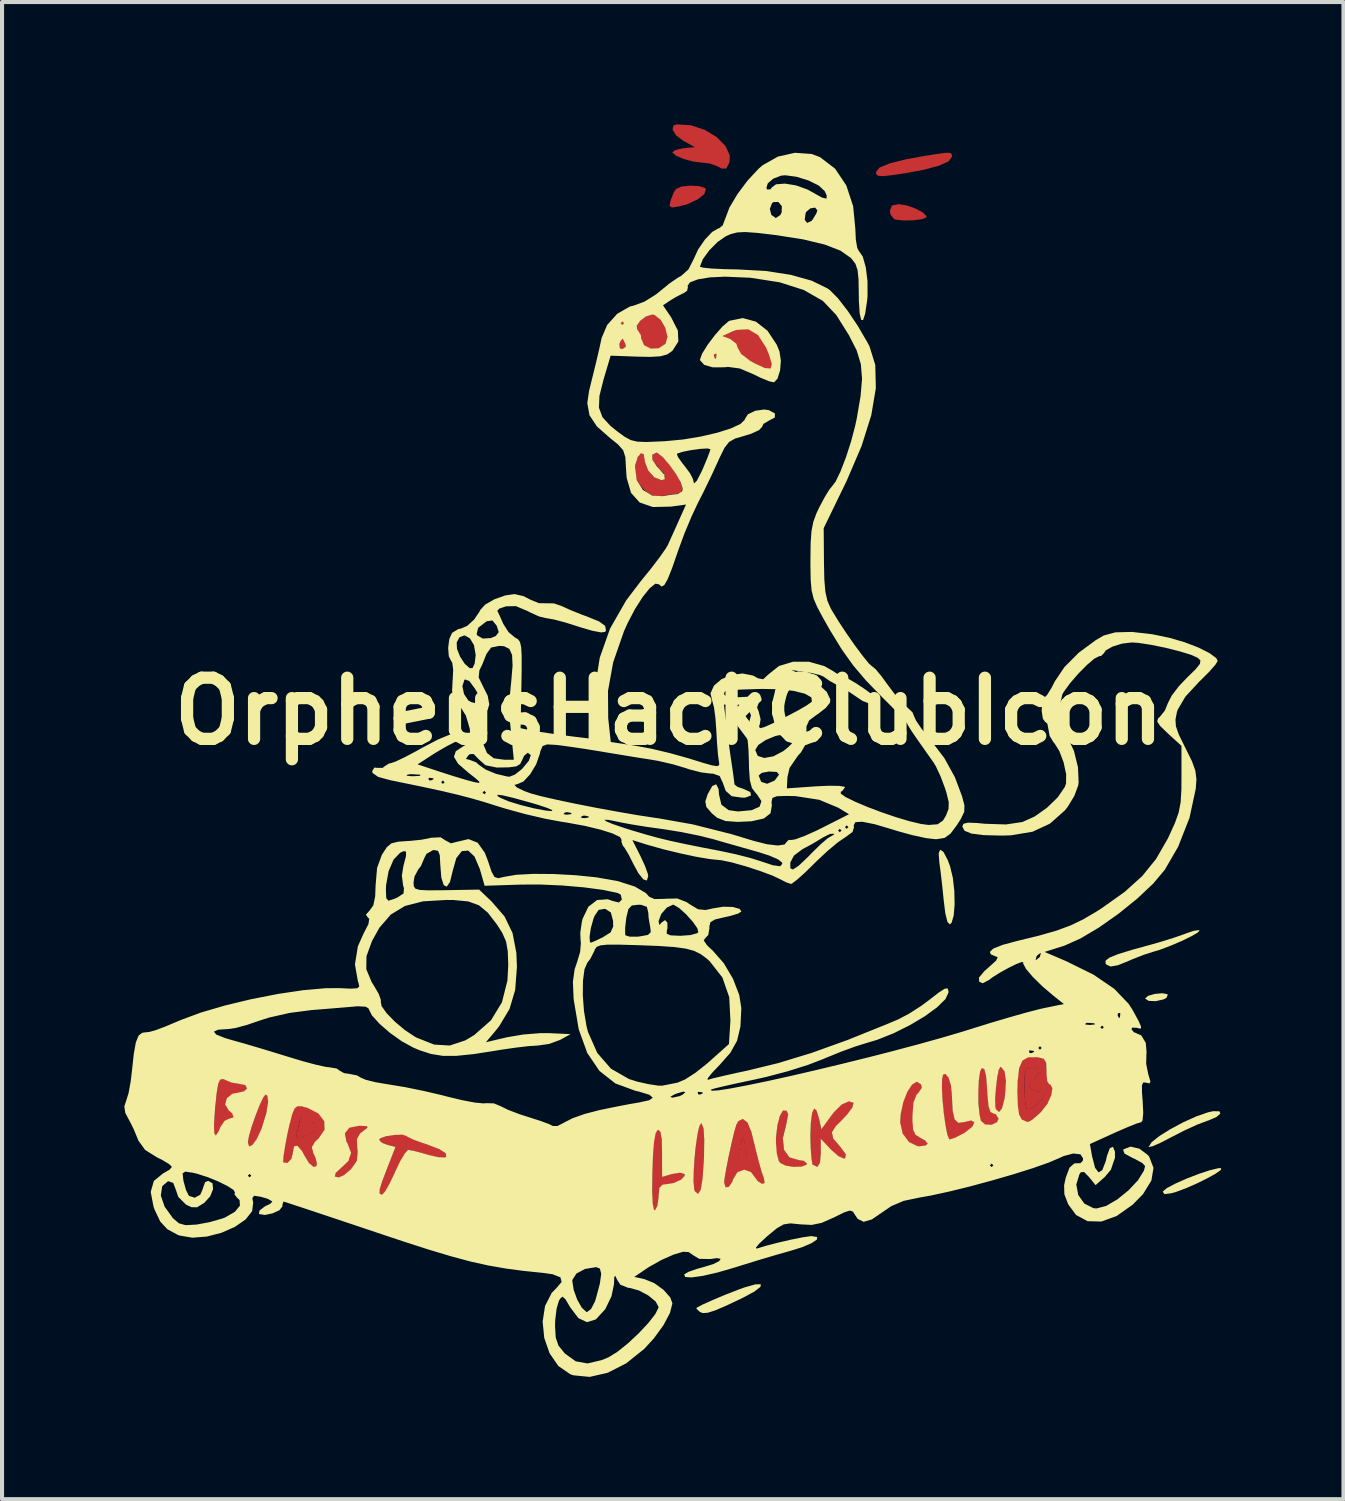
<source format=kicad_pcb>
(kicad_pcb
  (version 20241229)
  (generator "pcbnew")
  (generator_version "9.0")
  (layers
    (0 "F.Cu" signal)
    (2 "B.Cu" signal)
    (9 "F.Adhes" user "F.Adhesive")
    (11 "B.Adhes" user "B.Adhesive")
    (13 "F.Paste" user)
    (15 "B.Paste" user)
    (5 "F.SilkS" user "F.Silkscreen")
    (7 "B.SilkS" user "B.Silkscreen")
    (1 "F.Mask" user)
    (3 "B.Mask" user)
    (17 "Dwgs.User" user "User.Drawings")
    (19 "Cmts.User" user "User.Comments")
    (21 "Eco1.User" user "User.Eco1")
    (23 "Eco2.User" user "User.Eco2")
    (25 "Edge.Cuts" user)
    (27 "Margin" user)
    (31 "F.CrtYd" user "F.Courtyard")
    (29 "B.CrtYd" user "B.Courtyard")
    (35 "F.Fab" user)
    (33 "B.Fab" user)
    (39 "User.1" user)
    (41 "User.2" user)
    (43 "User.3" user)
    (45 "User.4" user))
  (footprint "OrpheusHackClubIcon"
    (layer "F.Cu")
    (at 13.361 14.397)
    (property "Reference" "OrpheusHackClubIcon" (at 0 0 0) (layer "F.SilkS") (effects (font (size 1.5 1.5) (thickness 0.3))))
    (attr board_only exclude_from_pos_files exclude_from_bom)
    (fp_poly (pts (xy -1.091 -9.515) (xy -1.143 -9.473) (xy -1.195 -9.525) (xy -1.143 -9.567)) (stroke (width 0) (type solid)) (fill yes) (layer "F.Cu"))
    (fp_poly (pts (xy 1.17 -8.77) (xy 1.167 -8.66) (xy 1.13 -8.64) (xy 1.09 -8.7) (xy 1.09 -8.75) (xy 1.12 -8.77)) (stroke (width 0) (type solid)) (fill yes) (layer "F.Cu"))
    (fp_poly (pts (xy -1.096 -9.078) (xy -1.07 -9.017) (xy -1.06 -8.94) (xy -1.14 -8.88) (xy -1.21 -8.9) (xy -1.22 -9.01) (xy -1.161 -9.138) (xy -1.14 -9.144)) (stroke (width 0) (type solid)) (fill yes) (layer "F.Cu"))
    (fp_poly (pts (xy -8.899 9.96) (xy -8.815 10.011) (xy -8.661 10.154) (xy -8.676 10.283) (xy -8.858 10.395) (xy -8.897 10.41) (xy -9.158 10.5) (xy -9.099 10.227) (xy -9.048 10.011) (xy -8.994 9.932)) (stroke (width 0) (type solid)) (fill yes) (layer "F.Cu"))
    (fp_poly (pts (xy 1.852 10.475) (xy 1.856 10.561) (xy 1.882 10.77) (xy 1.909 10.868) (xy 1.885 10.998) (xy 1.824 11.041) (xy 1.722 11.036) (xy 1.698 10.904) (xy 1.737 10.666) (xy 1.777 10.547) (xy 1.833 10.43)) (stroke (width 0) (type solid)) (fill yes) (layer "F.Cu"))
    (fp_poly (pts (xy 5.83 -12.409) (xy 6.044 -12.333) (xy 6.224 -12.238) (xy 6.316 -12.147) (xy 6.315 -12.115) (xy 6.21 -12.071) (xy 6.006 -12.044) (xy 5.771 -12.038) (xy 5.575 -12.057) (xy 5.523 -12.072) (xy 5.435 -12.183) (xy 5.418 -12.278) (xy 5.47 -12.405) (xy 5.633 -12.44)) (stroke (width 0) (type solid)) (fill yes) (layer "F.Cu"))
    (fp_poly (pts (xy 8.24 8.83) (xy 8.28 9.07) (xy 8.254 9.34) (xy 8.24 9.5) (xy 8.18 9.75) (xy 8.1 9.84) (xy 8.046 9.798) (xy 8.02 9.77) (xy 8 9.66) (xy 8.01 9.414) (xy 8.02 9.2) (xy 8.07 8.86) (xy 8.11 8.72) (xy 8.15 8.721)) (stroke (width 0) (type solid)) (fill yes) (layer "F.Cu"))
    (fp_poly (pts (xy 0.727 -12.882) (xy 0.878 -12.837) (xy 0.906 -12.805) (xy 0.867 -12.686) (xy 0.705 -12.556) (xy 0.462 -12.442) (xy 0.26 -12.386) (xy 0.074 -12.358) (xy 0.013 -12.396) (xy 0.039 -12.525) (xy 0.041 -12.533) (xy 0.115 -12.72) (xy 0.172 -12.811) (xy 0.304 -12.869) (xy 0.513 -12.893)) (stroke (width 0) (type solid)) (fill yes) (layer "F.Cu"))
    (fp_poly (pts (xy -9.83 9.44) (xy -9.83 9.67) (xy -9.91 9.974) (xy -10.01 10.29) (xy -10.1 10.49) (xy -10.21 10.65) (xy -10.3 10.68) (xy -10.327 10.615) (xy -10.329 10.575) (xy -10.302 10.419) (xy -10.233 10.182) (xy -10.14 9.913) (xy -10.041 9.66) (xy -9.953 9.472) (xy -9.895 9.398) (xy -9.895 9.398)) (stroke (width 0) (type solid)) (fill yes) (layer "F.Cu"))
    (fp_poly (pts (xy 2.17 -9.28) (xy 2.319 -9.053) (xy 2.382 -8.926) (xy 2.48 -8.74) (xy 2.54 -8.5) (xy 2.47 -8.36) (xy 2.24 -8.461) (xy 2.095 -8.53) (xy 1.843 -8.674) (xy 1.713 -8.826) (xy 1.69 -8.912) (xy 1.62 -9.04) (xy 1.503 -9.12) (xy 1.3 -9.2) (xy 1.65 -9.36) (xy 1.94 -9.38)) (stroke (width 0) (type solid)) (fill yes) (layer "F.Cu"))
    (fp_poly (pts (xy -0.21 -9.63) (xy -0.08 -9.41) (xy -0.046 -9.266) (xy -0.03 -9.1) (xy -0.07 -9.01) (xy -0.23 -8.9) (xy -0.45 -8.89) (xy -0.572 -8.946) (xy -0.63 -8.99) (xy -0.677 -9.146) (xy -0.721 -9.27) (xy -0.768 -9.33) (xy -0.793 -9.449) (xy -0.715 -9.573) (xy -0.575 -9.684) (xy -0.419 -9.736) (xy -0.36 -9.737)) (stroke (width 0) (type solid)) (fill yes) (layer "F.Cu"))
    (fp_poly (pts (xy 0.842 10.199) (xy 0.865 10.454) (xy 0.87 10.8) (xy 0.87 10.93) (xy 0.84 11.46) (xy 0.78 11.74) (xy 0.72 11.85) (xy 0.656 11.8) (xy 0.63 11.78) (xy 0.61 11.68) (xy 0.605 11.27) (xy 0.63 10.94) (xy 0.645 10.783) (xy 0.682 10.4) (xy 0.726 10.245) (xy 0.74 10.15) (xy 0.8 10.101)) (stroke (width 0) (type solid)) (fill yes) (layer "F.Cu"))
    (fp_poly (pts (xy 6.901 -13.696) (xy 6.937 -13.664) (xy 6.942 -13.602) (xy 6.942 -13.6) (xy 6.859 -13.489) (xy 6.617 -13.38) (xy 6.226 -13.277) (xy 5.841 -13.206) (xy 5.481 -13.151) (xy 5.257 -13.126) (xy 5.136 -13.133) (xy 5.087 -13.171) (xy 5.079 -13.231) (xy 5.163 -13.335) (xy 5.413 -13.439) (xy 5.827 -13.542) (xy 6.264 -13.621) (xy 6.599 -13.673) (xy 6.8 -13.699)) (stroke (width 0) (type solid)) (fill yes) (layer "F.Cu"))
    (fp_poly (pts (xy 7.741 8.787) (xy 7.783 8.971) (xy 7.807 9.286) (xy 7.84 9.63) (xy 7.88 9.789) (xy 7.93 9.85) (xy 8.02 9.88) (xy 8.071 9.931) (xy 8.086 9.991) (xy 8.06 10.09) (xy 7.92 10.16) (xy 7.77 10.15) (xy 7.65 10.06) (xy 7.6 9.87) (xy 7.593 9.585) (xy 7.58 9.32) (xy 7.606 9.017) (xy 7.63 8.85) (xy 7.68 8.745)) (stroke (width 0) (type solid)) (fill yes) (layer "F.Cu"))
    (fp_poly (pts (xy 2.885 9.794) (xy 2.93 9.89) (xy 2.882 10.109) (xy 2.794 10.469) (xy 2.822 10.753) (xy 2.957 10.94) (xy 3.192 11.007) (xy 3.343 11.038) (xy 3.4 11.091) (xy 3.37 11.15) (xy 3.19 11.19) (xy 3.02 11.18) (xy 2.84 11.15) (xy 2.7 11.08) (xy 2.666 10.934) (xy 2.63 10.83) (xy 2.62 10.53) (xy 2.65 10.17) (xy 2.697 9.993) (xy 2.72 9.92) (xy 2.81 9.78)) (stroke (width 0) (type solid)) (fill yes) (layer "F.Cu"))
    (fp_poly (pts (xy 9.082 8.744) (xy 9.093 8.823) (xy 9.061 8.891) (xy 8.952 9.048) (xy 8.887 9.109) (xy 8.835 9.2) (xy 8.91 9.285) (xy 9.063 9.319) (xy 9.198 9.35) (xy 9.228 9.389) (xy 9.172 9.498) (xy 9.044 9.631) (xy 8.898 9.74) (xy 8.791 9.779) (xy 8.777 9.772) (xy 8.746 9.662) (xy 8.725 9.438) (xy 8.72 9.221) (xy 8.724 8.944) (xy 8.75 8.796) (xy 8.814 8.737) (xy 8.934 8.727)) (stroke (width 0) (type solid)) (fill yes) (layer "F.Cu"))
    (fp_poly (pts (xy 6.181 9.145) (xy 6.21 9.23) (xy 6.12 9.37) (xy 6.03 9.52) (xy 5.99 9.78) (xy 5.98 9.94) (xy 5.99 10.191) (xy 6.03 10.34) (xy 6.111 10.431) (xy 6.16 10.455) (xy 6.321 10.556) (xy 6.37 10.633) (xy 6.21 10.68) (xy 6.1 10.68) (xy 5.89 10.59) (xy 5.804 10.48) (xy 5.72 10.34) (xy 5.67 10.09) (xy 5.68 9.86) (xy 5.74 9.57) (xy 5.84 9.33) (xy 5.95 9.15) (xy 6.08 9.07)) (stroke (width 0) (type solid)) (fill yes) (layer "F.Cu"))
    (fp_poly (pts (xy 6.87 8.98) (xy 6.92 9.19) (xy 6.943 9.44) (xy 6.959 9.799) (xy 7.009 10.01) (xy 7.103 10.094) (xy 7.244 10.073) (xy 7.429 10.035) (xy 7.491 10.087) (xy 7.45 10.19) (xy 7.27 10.34) (xy 7.07 10.45) (xy 6.95 10.5) (xy 6.88 10.51) (xy 6.832 10.416) (xy 6.78 10.181) (xy 6.75 9.98) (xy 6.72 9.732) (xy 6.7 9.4) (xy 6.69 9.13) (xy 6.69 9.01) (xy 6.726 8.909) (xy 6.78 8.89)) (stroke (width 0) (type solid)) (fill yes) (layer "F.Cu"))
    (fp_poly (pts (xy -7.41 10.18) (xy -7.38 10.22) (xy -7.49 10.29) (xy -7.51 10.31) (xy -7.61 10.45) (xy -7.64 10.6) (xy -7.63 10.8) (xy -7.64 11.02) (xy -7.745 11.168) (xy -7.782 11.232) (xy -7.95 11.372) (xy -8.1 11.44) (xy -8.204 11.412) (xy -8.213 11.379) (xy -8.153 11.296) (xy -8.009 11.167) (xy -8.001 11.161) (xy -7.84 10.967) (xy -7.818 10.794) (xy -7.897 10.623) (xy -7.953 10.35) (xy -7.85 10.21) (xy -7.654 10.165) (xy -7.601 10.164)) (stroke (width 0) (type solid)) (fill yes) (layer "F.Cu"))
    (fp_poly (pts (xy 0.539 -14.374) (xy 0.877 -14.262) (xy 1.171 -14.084) (xy 1.387 -13.864) (xy 1.493 -13.627) (xy 1.482 -13.46) (xy 1.407 -13.314) (xy 1.293 -13.311) (xy 1.184 -13.371) (xy 1.003 -13.436) (xy 0.837 -13.455) (xy 0.609 -13.481) (xy 0.37 -13.544) (xy 0.176 -13.625) (xy 0.085 -13.704) (xy 0.084 -13.713) (xy 0.158 -13.768) (xy 0.338 -13.808) (xy 0.359 -13.811) (xy 0.634 -13.837) (xy 0.359 -13.988) (xy 0.176 -14.124) (xy 0.088 -14.263) (xy 0.108 -14.367) (xy 0.189 -14.397)) (stroke (width 0) (type solid)) (fill yes) (layer "F.Cu"))
    (fp_poly (pts (xy -10.849 9.053) (xy -10.838 9.059) (xy -10.64 9.12) (xy -10.497 9.144) (xy -10.38 9.16) (xy -10.35 9.26) (xy -10.41 9.33) (xy -10.59 9.37) (xy -10.76 9.43) (xy -10.86 9.55) (xy -10.86 9.7) (xy -10.75 9.8) (xy -10.68 9.908) (xy -10.67 9.97) (xy -10.79 10) (xy -10.91 10.07) (xy -11 10.22) (xy -11.11 10.42) (xy -11.16 10.37) (xy -11.17 10.15) (xy -11.149 9.929) (xy -11.135 9.758) (xy -11.1 9.384) (xy -11.061 9.15) (xy -11.015 9.039) (xy -10.948 9.014)) (stroke (width 0) (type solid)) (fill yes) (layer "F.Cu"))
    (fp_poly (pts (xy -0.21 10.3) (xy -0.182 10.447) (xy -0.17 10.741) (xy -0.169 10.824) (xy -0.169 11.418) (xy 0.084 11.346) (xy 0.278 11.315) (xy 0.382 11.347) (xy 0.39 11.42) (xy 0.23 11.55) (xy 0.01 11.6) (xy -0.08 11.62) (xy -0.2 11.66) (xy -0.23 11.77) (xy -0.25 11.92) (xy -0.277 12.13) (xy -0.33 12.23) (xy -0.34 12.26) (xy -0.382 12.23) (xy -0.41 12.04) (xy -0.41 11.591) (xy -0.41 11.2) (xy -0.387 10.818) (xy -0.38 10.55) (xy -0.34 10.34) (xy -0.27 10.26)) (stroke (width 0) (type solid)) (fill yes) (layer "F.Cu"))
    (fp_poly (pts (xy -0.199 -6.284) (xy -0.042 -6.117) (xy 0.123 -5.899) (xy 0.26 -5.678) (xy 0.334 -5.503) (xy 0.339 -5.468) (xy 0.279 -5.351) (xy 0.222 -5.334) (xy 0.059 -5.318) (xy -0.153 -5.282) (xy -0.366 -5.274) (xy -0.547 -5.372) (xy -0.634 -5.453) (xy -0.794 -5.666) (xy -0.835 -5.906) (xy -0.831 -5.985) (xy -0.786 -6.193) (xy -0.712 -6.316) (xy -0.639 -6.332) (xy -0.596 -6.221) (xy -0.593 -6.159) (xy -0.532 -5.949) (xy -0.386 -5.766) (xy -0.21 -5.675) (xy -0.184 -5.673) (xy -0.091 -5.717) (xy -0.133 -5.838) (xy -0.254 -5.969) (xy -0.387 -6.136) (xy -0.417 -6.277) (xy -0.337 -6.348) (xy -0.311 -6.35)) (stroke (width 0) (type solid)) (fill yes) (layer "F.Cu"))
    (fp_poly (pts (xy -6.492 10.389) (xy -6.435 10.415) (xy -6.334 10.476) (xy -6.133 10.556) (xy -6.054 10.582) (xy -5.702 10.708) (xy -5.505 10.811) (xy -5.452 10.86) (xy -5.46 10.93) (xy -5.5 10.95) (xy -5.69 10.94) (xy -5.908 10.89) (xy -6.15 10.82) (xy -6.29 10.78) (xy -6.395 10.76) (xy -6.46 10.83) (xy -6.57 11.02) (xy -6.702 11.281) (xy -6.711 11.303) (xy -6.85 11.59) (xy -6.97 11.8) (xy -7.05 11.88) (xy -7.11 11.82) (xy -7.112 11.785) (xy -7.083 11.676) (xy -7.008 11.458) (xy -6.909 11.199) (xy -6.71 10.69) (xy -6.909 10.64) (xy -7.04 10.59) (xy -7.12 10.51) (xy -7.08 10.47) (xy -6.865 10.407) (xy -6.66 10.383)) (stroke (width 0) (type solid)) (fill yes) (layer "F.Cu"))
    (fp_poly (pts (xy 4.53 9.6) (xy 4.506 9.701) (xy 4.498 9.73) (xy 4.382 9.89) (xy 4.23 10.05) (xy 4.2 10.08) (xy 4.05 10.27) (xy 4.01 10.396) (xy 4.1 10.56) (xy 4.198 10.675) (xy 4.34 10.87) (xy 4.329 10.97) (xy 4.29 10.98) (xy 4.213 10.941) (xy 4.09 10.88) (xy 3.97 10.76) (xy 3.73 10.5) (xy 3.725 10.828) (xy 3.71 11.07) (xy 3.64 11.19) (xy 3.528 11.14) (xy 3.49 11.01) (xy 3.47 10.783) (xy 3.472 10.474) (xy 3.47 10.4) (xy 3.48 10.07) (xy 3.51 9.84) (xy 3.56 9.739) (xy 3.626 9.8) (xy 3.684 9.993) (xy 3.74 10.25) (xy 4.03 9.84) (xy 4.24 9.64) (xy 4.362 9.574) (xy 4.406 9.567)) (stroke (width 0) (type solid)) (fill yes) (layer "F.Cu"))
    (fp_poly (pts (xy 1.92 10.08) (xy 1.977 10.178) (xy 2.02 10.308) (xy 2.096 10.615) (xy 2.176 10.937) (xy 2.182 10.964) (xy 2.252 11.222) (xy 2.32 11.432) (xy 2.332 11.463) (xy 2.36 11.574) (xy 2.29 11.6) (xy 2.17 11.53) (xy 2.08 11.4) (xy 1.93 11.28) (xy 1.77 11.28) (xy 1.63 11.39) (xy 1.583 11.477) (xy 1.5 11.66) (xy 1.43 11.7) (xy 1.37 11.67) (xy 1.35 11.57) (xy 1.373 11.408) (xy 1.42 11.144) (xy 1.458 10.96) (xy 1.71 10.96) (xy 1.772 11.03) (xy 1.825 11.035) (xy 1.89 10.932) (xy 1.9 10.862) (xy 1.87 10.74) (xy 1.85 10.56) (xy 1.83 10.45) (xy 1.8 10.5) (xy 1.77 10.57) (xy 1.72 10.79) (xy 1.71 10.96) (xy 1.458 10.96) (xy 1.484 10.828) (xy 1.554 10.515) (xy 1.617 10.261) (xy 1.68 10.06) (xy 1.81 9.99)) (stroke (width 0) (type solid)) (fill yes) (layer "F.Cu"))
    (fp_poly (pts (xy -8.86 9.72) (xy -8.59 9.86) (xy -8.45 10.05) (xy -8.45 10.19) (xy -8.45 10.31) (xy -8.597 10.49) (xy -8.73 10.65) (xy -8.74 10.759) (xy -8.68 10.92) (xy -8.63 11.09) (xy -8.64 11.16) (xy -8.722 11.19) (xy -8.81 11.117) (xy -8.922 10.945) (xy -8.95 10.89) (xy -9.08 10.71) (xy -9.16 10.67) (xy -9.2 10.75) (xy -9.229 10.837) (xy -9.26 10.99) (xy -9.34 11.09) (xy -9.46 11.07) (xy -9.458 10.965) (xy -9.43 10.68) (xy -9.384 10.494) (xy -9.156 10.494) (xy -8.896 10.403) (xy -8.72 10.31) (xy -8.676 10.22) (xy -8.676 10.214) (xy -8.7 10.117) (xy -8.818 10.02) (xy -8.94 9.96) (xy -9 9.95) (xy -9.048 10.014) (xy -9.094 10.203) (xy -9.098 10.221) (xy -9.156 10.494) (xy -9.384 10.494) (xy -9.374 10.442) (xy -9.352 10.336) (xy -9.26 9.9) (xy -9.2 9.75) (xy -9.152 9.704) (xy -9.09 9.68)) (stroke (width 0) (type solid)) (fill yes) (layer "F.Cu"))
    (fp_poly (pts (xy 9.033 8.482) (xy 9.189 8.518) (xy 9.254 8.613) (xy 9.262 8.821) (xy 9.261 8.826) (xy 9.28 9.03) (xy 9.312 9.13) (xy 9.36 9.15) (xy 9.41 9.24) (xy 9.39 9.4) (xy 9.33 9.57) (xy 9.185 9.763) (xy 9.137 9.83) (xy 8.958 9.985) (xy 8.84 10.09) (xy 8.728 10.065) (xy 8.657 10.019) (xy 8.58 9.92) (xy 8.55 9.68) (xy 8.551 9.317) (xy 8.55 9.21) (xy 8.721 9.215) (xy 8.73 9.49) (xy 8.753 9.693) (xy 8.778 9.766) (xy 8.867 9.752) (xy 9.008 9.656) (xy 9.146 9.525) (xy 9.21 9.41) (xy 9.22 9.383) (xy 9.158 9.35) (xy 9.064 9.323) (xy 8.91 9.29) (xy 8.83 9.2) (xy 8.888 9.103) (xy 8.995 8.98) (xy 9.062 8.885) (xy 9.08 8.764) (xy 9.013 8.744) (xy 8.925 8.741) (xy 8.815 8.741) (xy 8.751 8.801) (xy 8.725 8.939) (xy 8.721 9.215) (xy 8.55 9.21) (xy 8.56 8.94) (xy 8.59 8.73) (xy 8.67 8.55) (xy 8.81 8.48)) (stroke (width 0) (type solid)) (fill yes) (layer "F.Cu"))
    (fp_poly (pts (xy -1.091 -9.515) (xy -1.143 -9.473) (xy -1.195 -9.525) (xy -1.143 -9.567)) (stroke (width 0) (type solid)) (fill yes) (layer "F.Mask"))
    (fp_poly (pts (xy 1.17 -8.77) (xy 1.167 -8.66) (xy 1.13 -8.64) (xy 1.09 -8.7) (xy 1.09 -8.75) (xy 1.12 -8.77)) (stroke (width 0) (type solid)) (fill yes) (layer "F.Mask"))
    (fp_poly (pts (xy -1.096 -9.078) (xy -1.07 -9.017) (xy -1.06 -8.94) (xy -1.14 -8.88) (xy -1.21 -8.9) (xy -1.22 -9.01) (xy -1.161 -9.138) (xy -1.14 -9.144)) (stroke (width 0) (type solid)) (fill yes) (layer "F.Mask"))
    (fp_poly (pts (xy -8.899 9.96) (xy -8.815 10.011) (xy -8.661 10.154) (xy -8.676 10.283) (xy -8.858 10.395) (xy -8.897 10.41) (xy -9.158 10.5) (xy -9.099 10.227) (xy -9.048 10.011) (xy -8.994 9.932)) (stroke (width 0) (type solid)) (fill yes) (layer "F.Mask"))
    (fp_poly (pts (xy 1.852 10.475) (xy 1.856 10.561) (xy 1.882 10.77) (xy 1.909 10.868) (xy 1.885 10.998) (xy 1.824 11.041) (xy 1.722 11.036) (xy 1.698 10.904) (xy 1.737 10.666) (xy 1.777 10.547) (xy 1.833 10.43)) (stroke (width 0) (type solid)) (fill yes) (layer "F.Mask"))
    (fp_poly (pts (xy 5.83 -12.409) (xy 6.044 -12.333) (xy 6.224 -12.238) (xy 6.316 -12.147) (xy 6.315 -12.115) (xy 6.21 -12.071) (xy 6.006 -12.044) (xy 5.771 -12.038) (xy 5.575 -12.057) (xy 5.523 -12.072) (xy 5.435 -12.183) (xy 5.418 -12.278) (xy 5.47 -12.405) (xy 5.633 -12.44)) (stroke (width 0) (type solid)) (fill yes) (layer "F.Mask"))
    (fp_poly (pts (xy 8.24 8.83) (xy 8.28 9.07) (xy 8.254 9.34) (xy 8.24 9.5) (xy 8.18 9.75) (xy 8.1 9.84) (xy 8.046 9.798) (xy 8.02 9.77) (xy 8 9.66) (xy 8.01 9.414) (xy 8.02 9.2) (xy 8.07 8.86) (xy 8.11 8.72) (xy 8.15 8.721)) (stroke (width 0) (type solid)) (fill yes) (layer "F.Mask"))
    (fp_poly (pts (xy 0.727 -12.882) (xy 0.878 -12.837) (xy 0.906 -12.805) (xy 0.867 -12.686) (xy 0.705 -12.556) (xy 0.462 -12.442) (xy 0.26 -12.386) (xy 0.074 -12.358) (xy 0.013 -12.396) (xy 0.039 -12.525) (xy 0.041 -12.533) (xy 0.115 -12.72) (xy 0.172 -12.811) (xy 0.304 -12.869) (xy 0.513 -12.893)) (stroke (width 0) (type solid)) (fill yes) (layer "F.Mask"))
    (fp_poly (pts (xy -9.83 9.44) (xy -9.83 9.67) (xy -9.91 9.974) (xy -10.01 10.29) (xy -10.1 10.49) (xy -10.21 10.65) (xy -10.3 10.68) (xy -10.327 10.615) (xy -10.329 10.575) (xy -10.302 10.419) (xy -10.233 10.182) (xy -10.14 9.913) (xy -10.041 9.66) (xy -9.953 9.472) (xy -9.895 9.398) (xy -9.895 9.398)) (stroke (width 0) (type solid)) (fill yes) (layer "F.Mask"))
    (fp_poly (pts (xy 2.17 -9.28) (xy 2.319 -9.053) (xy 2.382 -8.926) (xy 2.48 -8.74) (xy 2.54 -8.5) (xy 2.47 -8.36) (xy 2.24 -8.461) (xy 2.095 -8.53) (xy 1.843 -8.674) (xy 1.713 -8.826) (xy 1.69 -8.912) (xy 1.62 -9.04) (xy 1.503 -9.12) (xy 1.3 -9.2) (xy 1.65 -9.36) (xy 1.94 -9.38)) (stroke (width 0) (type solid)) (fill yes) (layer "F.Mask"))
    (fp_poly (pts (xy -0.21 -9.63) (xy -0.08 -9.41) (xy -0.046 -9.266) (xy -0.03 -9.1) (xy -0.07 -9.01) (xy -0.23 -8.9) (xy -0.45 -8.89) (xy -0.572 -8.946) (xy -0.63 -8.99) (xy -0.677 -9.146) (xy -0.721 -9.27) (xy -0.768 -9.33) (xy -0.793 -9.449) (xy -0.715 -9.573) (xy -0.575 -9.684) (xy -0.419 -9.736) (xy -0.36 -9.737)) (stroke (width 0) (type solid)) (fill yes) (layer "F.Mask"))
    (fp_poly (pts (xy 0.842 10.199) (xy 0.865 10.454) (xy 0.87 10.8) (xy 0.87 10.93) (xy 0.84 11.46) (xy 0.78 11.74) (xy 0.72 11.85) (xy 0.656 11.8) (xy 0.63 11.78) (xy 0.61 11.68) (xy 0.605 11.27) (xy 0.63 10.94) (xy 0.645 10.783) (xy 0.682 10.4) (xy 0.726 10.245) (xy 0.74 10.15) (xy 0.8 10.101)) (stroke (width 0) (type solid)) (fill yes) (layer "F.Mask"))
    (fp_poly (pts (xy 6.901 -13.696) (xy 6.937 -13.664) (xy 6.942 -13.602) (xy 6.942 -13.6) (xy 6.859 -13.489) (xy 6.617 -13.38) (xy 6.226 -13.277) (xy 5.841 -13.206) (xy 5.481 -13.151) (xy 5.257 -13.126) (xy 5.136 -13.133) (xy 5.087 -13.171) (xy 5.079 -13.231) (xy 5.163 -13.335) (xy 5.413 -13.439) (xy 5.827 -13.542) (xy 6.264 -13.621) (xy 6.599 -13.673) (xy 6.8 -13.699)) (stroke (width 0) (type solid)) (fill yes) (layer "F.Mask"))
    (fp_poly (pts (xy 7.741 8.787) (xy 7.783 8.971) (xy 7.807 9.286) (xy 7.84 9.63) (xy 7.88 9.789) (xy 7.93 9.85) (xy 8.02 9.88) (xy 8.071 9.931) (xy 8.086 9.991) (xy 8.06 10.09) (xy 7.92 10.16) (xy 7.77 10.15) (xy 7.65 10.06) (xy 7.6 9.87) (xy 7.593 9.585) (xy 7.58 9.32) (xy 7.606 9.017) (xy 7.63 8.85) (xy 7.68 8.745)) (stroke (width 0) (type solid)) (fill yes) (layer "F.Mask"))
    (fp_poly (pts (xy 2.885 9.794) (xy 2.93 9.89) (xy 2.882 10.109) (xy 2.794 10.469) (xy 2.822 10.753) (xy 2.957 10.94) (xy 3.192 11.007) (xy 3.343 11.038) (xy 3.4 11.091) (xy 3.37 11.15) (xy 3.19 11.19) (xy 3.02 11.18) (xy 2.84 11.15) (xy 2.7 11.08) (xy 2.666 10.934) (xy 2.63 10.83) (xy 2.62 10.53) (xy 2.65 10.17) (xy 2.697 9.993) (xy 2.72 9.92) (xy 2.81 9.78)) (stroke (width 0) (type solid)) (fill yes) (layer "F.Mask"))
    (fp_poly (pts (xy 9.082 8.744) (xy 9.093 8.823) (xy 9.061 8.891) (xy 8.952 9.048) (xy 8.887 9.109) (xy 8.835 9.2) (xy 8.91 9.285) (xy 9.063 9.319) (xy 9.198 9.35) (xy 9.228 9.389) (xy 9.172 9.498) (xy 9.044 9.631) (xy 8.898 9.74) (xy 8.791 9.779) (xy 8.777 9.772) (xy 8.746 9.662) (xy 8.725 9.438) (xy 8.72 9.221) (xy 8.724 8.944) (xy 8.75 8.796) (xy 8.814 8.737) (xy 8.934 8.727)) (stroke (width 0) (type solid)) (fill yes) (layer "F.Mask"))
    (fp_poly (pts (xy 6.181 9.145) (xy 6.21 9.23) (xy 6.12 9.37) (xy 6.03 9.52) (xy 5.99 9.78) (xy 5.98 9.94) (xy 5.99 10.191) (xy 6.03 10.34) (xy 6.111 10.431) (xy 6.16 10.455) (xy 6.321 10.556) (xy 6.37 10.633) (xy 6.21 10.68) (xy 6.1 10.68) (xy 5.89 10.59) (xy 5.804 10.48) (xy 5.72 10.34) (xy 5.67 10.09) (xy 5.68 9.86) (xy 5.74 9.57) (xy 5.84 9.33) (xy 5.95 9.15) (xy 6.08 9.07)) (stroke (width 0) (type solid)) (fill yes) (layer "F.Mask"))
    (fp_poly (pts (xy 6.87 8.98) (xy 6.92 9.19) (xy 6.943 9.44) (xy 6.959 9.799) (xy 7.009 10.01) (xy 7.103 10.094) (xy 7.244 10.073) (xy 7.429 10.035) (xy 7.491 10.087) (xy 7.45 10.19) (xy 7.27 10.34) (xy 7.07 10.45) (xy 6.95 10.5) (xy 6.88 10.51) (xy 6.832 10.416) (xy 6.78 10.181) (xy 6.75 9.98) (xy 6.72 9.732) (xy 6.7 9.4) (xy 6.69 9.13) (xy 6.69 9.01) (xy 6.726 8.909) (xy 6.78 8.89)) (stroke (width 0) (type solid)) (fill yes) (layer "F.Mask"))
    (fp_poly (pts (xy -7.41 10.18) (xy -7.38 10.22) (xy -7.49 10.29) (xy -7.51 10.31) (xy -7.61 10.45) (xy -7.64 10.6) (xy -7.63 10.8) (xy -7.64 11.02) (xy -7.745 11.168) (xy -7.782 11.232) (xy -7.95 11.372) (xy -8.1 11.44) (xy -8.204 11.412) (xy -8.213 11.379) (xy -8.153 11.296) (xy -8.009 11.167) (xy -8.001 11.161) (xy -7.84 10.967) (xy -7.818 10.794) (xy -7.897 10.623) (xy -7.953 10.35) (xy -7.85 10.21) (xy -7.654 10.165) (xy -7.601 10.164)) (stroke (width 0) (type solid)) (fill yes) (layer "F.Mask"))
    (fp_poly (pts (xy 0.539 -14.374) (xy 0.877 -14.262) (xy 1.171 -14.084) (xy 1.387 -13.864) (xy 1.493 -13.627) (xy 1.482 -13.46) (xy 1.407 -13.314) (xy 1.293 -13.311) (xy 1.184 -13.371) (xy 1.003 -13.436) (xy 0.837 -13.455) (xy 0.609 -13.481) (xy 0.37 -13.544) (xy 0.176 -13.625) (xy 0.085 -13.704) (xy 0.084 -13.713) (xy 0.158 -13.768) (xy 0.338 -13.808) (xy 0.359 -13.811) (xy 0.634 -13.837) (xy 0.359 -13.988) (xy 0.176 -14.124) (xy 0.088 -14.263) (xy 0.108 -14.367) (xy 0.189 -14.397)) (stroke (width 0) (type solid)) (fill yes) (layer "F.Mask"))
    (fp_poly (pts (xy -10.849 9.053) (xy -10.838 9.059) (xy -10.64 9.12) (xy -10.497 9.144) (xy -10.38 9.16) (xy -10.35 9.26) (xy -10.41 9.33) (xy -10.59 9.37) (xy -10.76 9.43) (xy -10.86 9.55) (xy -10.86 9.7) (xy -10.75 9.8) (xy -10.68 9.908) (xy -10.67 9.97) (xy -10.79 10) (xy -10.91 10.07) (xy -11 10.22) (xy -11.11 10.42) (xy -11.16 10.37) (xy -11.17 10.15) (xy -11.149 9.929) (xy -11.135 9.758) (xy -11.1 9.384) (xy -11.061 9.15) (xy -11.015 9.039) (xy -10.948 9.014)) (stroke (width 0) (type solid)) (fill yes) (layer "F.Mask"))
    (fp_poly (pts (xy -0.21 10.3) (xy -0.182 10.447) (xy -0.17 10.741) (xy -0.169 10.824) (xy -0.169 11.418) (xy 0.084 11.346) (xy 0.278 11.315) (xy 0.382 11.347) (xy 0.39 11.42) (xy 0.23 11.55) (xy 0.01 11.6) (xy -0.08 11.62) (xy -0.2 11.66) (xy -0.23 11.77) (xy -0.25 11.92) (xy -0.277 12.13) (xy -0.33 12.23) (xy -0.34 12.26) (xy -0.382 12.23) (xy -0.41 12.04) (xy -0.41 11.591) (xy -0.41 11.2) (xy -0.387 10.818) (xy -0.38 10.55) (xy -0.34 10.34) (xy -0.27 10.26)) (stroke (width 0) (type solid)) (fill yes) (layer "F.Mask"))
    (fp_poly (pts (xy -0.199 -6.284) (xy -0.042 -6.117) (xy 0.123 -5.899) (xy 0.26 -5.678) (xy 0.334 -5.503) (xy 0.339 -5.468) (xy 0.279 -5.351) (xy 0.222 -5.334) (xy 0.059 -5.318) (xy -0.153 -5.282) (xy -0.366 -5.274) (xy -0.547 -5.372) (xy -0.634 -5.453) (xy -0.794 -5.666) (xy -0.835 -5.906) (xy -0.831 -5.985) (xy -0.786 -6.193) (xy -0.712 -6.316) (xy -0.639 -6.332) (xy -0.596 -6.221) (xy -0.593 -6.159) (xy -0.532 -5.949) (xy -0.386 -5.766) (xy -0.21 -5.675) (xy -0.184 -5.673) (xy -0.091 -5.717) (xy -0.133 -5.838) (xy -0.254 -5.969) (xy -0.387 -6.136) (xy -0.417 -6.277) (xy -0.337 -6.348) (xy -0.311 -6.35)) (stroke (width 0) (type solid)) (fill yes) (layer "F.Mask"))
    (fp_poly (pts (xy -6.492 10.389) (xy -6.435 10.415) (xy -6.334 10.476) (xy -6.133 10.556) (xy -6.054 10.582) (xy -5.702 10.708) (xy -5.505 10.811) (xy -5.452 10.86) (xy -5.46 10.93) (xy -5.5 10.95) (xy -5.69 10.94) (xy -5.908 10.89) (xy -6.15 10.82) (xy -6.29 10.78) (xy -6.395 10.76) (xy -6.46 10.83) (xy -6.57 11.02) (xy -6.702 11.281) (xy -6.711 11.303) (xy -6.85 11.59) (xy -6.97 11.8) (xy -7.05 11.88) (xy -7.11 11.82) (xy -7.112 11.785) (xy -7.083 11.676) (xy -7.008 11.458) (xy -6.909 11.199) (xy -6.71 10.69) (xy -6.909 10.64) (xy -7.04 10.59) (xy -7.12 10.51) (xy -7.08 10.47) (xy -6.865 10.407) (xy -6.66 10.383)) (stroke (width 0) (type solid)) (fill yes) (layer "F.Mask"))
    (fp_poly (pts (xy 4.53 9.6) (xy 4.506 9.701) (xy 4.498 9.73) (xy 4.382 9.89) (xy 4.23 10.05) (xy 4.2 10.08) (xy 4.05 10.27) (xy 4.01 10.396) (xy 4.1 10.56) (xy 4.198 10.675) (xy 4.34 10.87) (xy 4.329 10.97) (xy 4.29 10.98) (xy 4.213 10.941) (xy 4.09 10.88) (xy 3.97 10.76) (xy 3.73 10.5) (xy 3.725 10.828) (xy 3.71 11.07) (xy 3.64 11.19) (xy 3.528 11.14) (xy 3.49 11.01) (xy 3.47 10.783) (xy 3.472 10.474) (xy 3.47 10.4) (xy 3.48 10.07) (xy 3.51 9.84) (xy 3.56 9.739) (xy 3.626 9.8) (xy 3.684 9.993) (xy 3.74 10.25) (xy 4.03 9.84) (xy 4.24 9.64) (xy 4.362 9.574) (xy 4.406 9.567)) (stroke (width 0) (type solid)) (fill yes) (layer "F.Mask"))
    (fp_poly (pts (xy 1.92 10.08) (xy 1.977 10.178) (xy 2.02 10.308) (xy 2.096 10.615) (xy 2.176 10.937) (xy 2.182 10.964) (xy 2.252 11.222) (xy 2.32 11.432) (xy 2.332 11.463) (xy 2.36 11.574) (xy 2.29 11.6) (xy 2.17 11.53) (xy 2.08 11.4) (xy 1.93 11.28) (xy 1.77 11.28) (xy 1.63 11.39) (xy 1.583 11.477) (xy 1.5 11.66) (xy 1.43 11.7) (xy 1.37 11.67) (xy 1.35 11.57) (xy 1.373 11.408) (xy 1.42 11.144) (xy 1.458 10.96) (xy 1.71 10.96) (xy 1.772 11.03) (xy 1.825 11.035) (xy 1.89 10.932) (xy 1.9 10.862) (xy 1.87 10.74) (xy 1.85 10.56) (xy 1.83 10.45) (xy 1.8 10.5) (xy 1.77 10.57) (xy 1.72 10.79) (xy 1.71 10.96) (xy 1.458 10.96) (xy 1.484 10.828) (xy 1.554 10.515) (xy 1.617 10.261) (xy 1.68 10.06) (xy 1.81 9.99)) (stroke (width 0) (type solid)) (fill yes) (layer "F.Mask"))
    (fp_poly (pts (xy -8.86 9.72) (xy -8.59 9.86) (xy -8.45 10.05) (xy -8.45 10.19) (xy -8.45 10.31) (xy -8.597 10.49) (xy -8.73 10.65) (xy -8.74 10.759) (xy -8.68 10.92) (xy -8.63 11.09) (xy -8.64 11.16) (xy -8.722 11.19) (xy -8.81 11.117) (xy -8.922 10.945) (xy -8.95 10.89) (xy -9.08 10.71) (xy -9.16 10.67) (xy -9.2 10.75) (xy -9.229 10.837) (xy -9.26 10.99) (xy -9.34 11.09) (xy -9.46 11.07) (xy -9.458 10.965) (xy -9.43 10.68) (xy -9.384 10.494) (xy -9.156 10.494) (xy -8.896 10.403) (xy -8.72 10.31) (xy -8.676 10.22) (xy -8.676 10.214) (xy -8.7 10.117) (xy -8.818 10.02) (xy -8.94 9.96) (xy -9 9.95) (xy -9.048 10.014) (xy -9.094 10.203) (xy -9.098 10.221) (xy -9.156 10.494) (xy -9.384 10.494) (xy -9.374 10.442) (xy -9.352 10.336) (xy -9.26 9.9) (xy -9.2 9.75) (xy -9.152 9.704) (xy -9.09 9.68)) (stroke (width 0) (type solid)) (fill yes) (layer "F.Mask"))
    (fp_poly (pts (xy 9.033 8.482) (xy 9.189 8.518) (xy 9.254 8.613) (xy 9.262 8.821) (xy 9.261 8.826) (xy 9.28 9.03) (xy 9.312 9.13) (xy 9.36 9.15) (xy 9.41 9.24) (xy 9.39 9.4) (xy 9.33 9.57) (xy 9.185 9.763) (xy 9.137 9.83) (xy 8.958 9.985) (xy 8.84 10.09) (xy 8.728 10.065) (xy 8.657 10.019) (xy 8.58 9.92) (xy 8.55 9.68) (xy 8.551 9.317) (xy 8.55 9.21) (xy 8.721 9.215) (xy 8.73 9.49) (xy 8.753 9.693) (xy 8.778 9.766) (xy 8.867 9.752) (xy 9.008 9.656) (xy 9.146 9.525) (xy 9.21 9.41) (xy 9.22 9.383) (xy 9.158 9.35) (xy 9.064 9.323) (xy 8.91 9.29) (xy 8.83 9.2) (xy 8.888 9.103) (xy 8.995 8.98) (xy 9.062 8.885) (xy 9.08 8.764) (xy 9.013 8.744) (xy 8.925 8.741) (xy 8.815 8.741) (xy 8.751 8.801) (xy 8.725 8.939) (xy 8.721 9.215) (xy 8.55 9.21) (xy 8.56 8.94) (xy 8.59 8.73) (xy 8.67 8.55) (xy 8.81 8.48)) (stroke (width 0) (type solid)) (fill yes) (layer "F.Mask"))
    (fp_poly (pts (xy 12.225 6.942) (xy 12.236 6.954) (xy 12.205 7.031) (xy 12.141 7.067) (xy 11.941 7.113) (xy 11.767 7.106) (xy 11.684 7.051) (xy 11.683 7.043) (xy 11.755 6.981) (xy 11.92 6.935) (xy 12.102 6.918)) (stroke (width 0) (type solid)) (fill yes) (layer "F.SilkS"))
    (fp_poly (pts (xy 2.244 14.121) (xy 2.096 14.236) (xy 1.813 14.389) (xy 1.415 14.578) (xy 1.138 14.697) (xy 0.954 14.756) (xy 0.834 14.765) (xy 0.759 14.737) (xy 0.675 14.66) (xy 0.679 14.634) (xy 0.822 14.557) (xy 1.073 14.444) (xy 1.379 14.315) (xy 1.691 14.194) (xy 1.847 14.137) (xy 2.121 14.059) (xy 2.253 14.058)) (stroke (width 0) (type solid)) (fill yes) (layer "F.SilkS"))
    (fp_poly (pts (xy 6.735 3.455) (xy 6.837 3.649) (xy 6.897 3.809) (xy 6.964 4.091) (xy 7 4.417) (xy 7.007 4.738) (xy 6.985 5.011) (xy 6.933 5.189) (xy 6.89 5.23) (xy 6.831 5.169) (xy 6.778 4.952) (xy 6.74 4.644) (xy 6.703 4.285) (xy 6.664 3.946) (xy 6.632 3.71) (xy 6.616 3.48) (xy 6.656 3.397)) (stroke (width 0) (type solid)) (fill yes) (layer "F.SilkS"))
    (fp_poly (pts (xy 13.538 11.254) (xy 13.409 11.345) (xy 13.198 11.462) (xy 12.94 11.589) (xy 12.671 11.706) (xy 12.429 11.796) (xy 12.328 11.824) (xy 12.155 11.847) (xy 12.115 11.792) (xy 12.119 11.779) (xy 12.211 11.7) (xy 12.42 11.589) (xy 12.697 11.466) (xy 12.997 11.35) (xy 13.273 11.259) (xy 13.478 11.211) (xy 13.546 11.21)) (stroke (width 0) (type solid)) (fill yes) (layer "F.SilkS"))
    (fp_poly (pts (xy 13.505 9.815) (xy 13.525 9.871) (xy 13.429 9.955) (xy 13.232 10.04) (xy 13.201 10.05) (xy 12.961 10.14) (xy 12.644 10.285) (xy 12.322 10.45) (xy 12.058 10.587) (xy 11.862 10.672) (xy 11.77 10.691) (xy 11.768 10.686) (xy 11.84 10.573) (xy 12.032 10.42) (xy 12.305 10.25) (xy 12.621 10.081) (xy 12.941 9.937) (xy 13.226 9.839) (xy 13.351 9.812)) (stroke (width 0) (type solid)) (fill yes) (layer "F.SilkS"))
    (fp_poly (pts (xy 13.017 5.376) (xy 12.972 5.43) (xy 12.81 5.523) (xy 12.574 5.638) (xy 12.305 5.753) (xy 12.046 5.851) (xy 11.876 5.902) (xy 11.645 5.976) (xy 11.367 6.085) (xy 11.302 6.114) (xy 11.012 6.232) (xy 10.832 6.263) (xy 10.729 6.214) (xy 10.712 6.191) (xy 10.709 6.12) (xy 10.803 6.046) (xy 11.014 5.96) (xy 11.358 5.854) (xy 11.661 5.771) (xy 12.028 5.668) (xy 12.371 5.562) (xy 12.627 5.473) (xy 12.665 5.458) (xy 12.87 5.387) (xy 13.002 5.37)) (stroke (width 0) (type solid)) (fill yes) (layer "F.SilkS"))
    (fp_poly (pts (xy 2.131 -9.557) (xy 2.417 -9.334) (xy 2.643 -8.992) (xy 2.711 -8.824) (xy 2.745 -8.601) (xy 2.725 -8.358) (xy 2.662 -8.158) (xy 2.577 -8.068) (xy 2.462 -8.092) (xy 2.253 -8.177) (xy 2.08 -8.262) (xy 1.739 -8.407) (xy 1.452 -8.446) (xy 1.353 -8.437) (xy 1.077 -8.435) (xy 0.865 -8.496) (xy 0.764 -8.606) (xy 0.761 -8.63) (xy 0.792 -8.715) (xy 1.1 -8.715) (xy 1.131 -8.645) (xy 1.156 -8.658) (xy 1.166 -8.759) (xy 1.156 -8.771) (xy 1.106 -8.759) (xy 1.1 -8.715) (xy 0.792 -8.715) (xy 0.814 -8.774) (xy 0.948 -8.989) (xy 1.109 -9.203) (xy 1.311 -9.203) (xy 1.502 -9.131) (xy 1.65 -9.018) (xy 1.692 -8.906) (xy 1.77 -8.765) (xy 1.988 -8.598) (xy 2.094 -8.538) (xy 2.352 -8.418) (xy 2.492 -8.407) (xy 2.523 -8.514) (xy 2.453 -8.749) (xy 2.381 -8.92) (xy 2.186 -9.226) (xy 1.944 -9.37) (xy 1.653 -9.353) (xy 1.538 -9.308) (xy 1.311 -9.203) (xy 1.109 -9.203) (xy 1.126 -9.225) (xy 1.309 -9.434) (xy 1.461 -9.565) (xy 1.484 -9.578) (xy 1.812 -9.644)) (stroke (width 0) (type solid)) (fill yes) (layer "F.SilkS"))
    (fp_poly (pts (xy 3.496 -13.67) (xy 3.706 -13.592) (xy 4.075 -13.309) (xy 4.349 -12.9) (xy 4.518 -12.388) (xy 4.571 -11.84) (xy 4.584 -11.566) (xy 4.618 -11.367) (xy 4.653 -11.298) (xy 4.753 -11.154) (xy 4.828 -10.889) (xy 4.87 -10.551) (xy 4.871 -10.187) (xy 4.86 -10.067) (xy 4.812 -9.749) (xy 4.761 -9.595) (xy 4.715 -9.6) (xy 4.678 -9.758) (xy 4.658 -10.065) (xy 4.656 -10.242) (xy 4.65 -10.594) (xy 4.626 -10.823) (xy 4.574 -10.975) (xy 4.482 -11.096) (xy 4.454 -11.125) (xy 4.203 -11.3) (xy 3.819 -11.448) (xy 3.291 -11.575) (xy 2.607 -11.682) (xy 2.539 -11.69) (xy 2.141 -11.736) (xy 1.866 -11.755) (xy 1.673 -11.745) (xy 1.517 -11.705) (xy 1.397 -11.653) (xy 1.194 -11.513) (xy 0.99 -11.307) (xy 0.83 -11.088) (xy 0.761 -10.911) (xy 0.761 -10.903) (xy 0.84 -10.88) (xy 1.054 -10.859) (xy 1.368 -10.844) (xy 1.678 -10.838) (xy 2.37 -10.8) (xy 2.987 -10.705) (xy 3.502 -10.561) (xy 3.886 -10.373) (xy 3.95 -10.327) (xy 4.146 -10.129) (xy 4.384 -9.822) (xy 4.633 -9.45) (xy 4.862 -9.058) (xy 4.919 -8.951) (xy 5.061 -8.492) (xy 5.075 -7.927) (xy 4.963 -7.263) (xy 4.724 -6.503) (xy 4.359 -5.652) (xy 4.317 -5.565) (xy 3.795 -4.49) (xy 3.802 -3.644) (xy 3.811 -3.226) (xy 3.836 -2.93) (xy 3.885 -2.713) (xy 3.965 -2.529) (xy 3.994 -2.476) (xy 4.162 -2.201) (xy 4.361 -1.9) (xy 4.567 -1.605) (xy 4.757 -1.351) (xy 4.905 -1.169) (xy 4.989 -1.095) (xy 4.991 -1.095) (xy 5.07 -1.03) (xy 5.21 -0.862) (xy 5.365 -0.649) (xy 5.554 -0.397) (xy 5.733 -0.193) (xy 5.841 -0.098) (xy 5.974 0.027) (xy 6.01 0.118) (xy 6.062 0.233) (xy 6.198 0.432) (xy 6.39 0.672) (xy 6.396 0.679) (xy 6.758 1.154) (xy 7.016 1.624) (xy 7.19 2.089) (xy 7.248 2.309) (xy 7.242 2.47) (xy 7.157 2.647) (xy 7.067 2.788) (xy 6.906 3.004) (xy 6.762 3.108) (xy 6.575 3.138) (xy 6.525 3.139) (xy 6.302 3.112) (xy 5.978 3.042) (xy 5.612 2.942) (xy 5.495 2.905) (xy 5.046 2.772) (xy 4.741 2.711) (xy 4.572 2.722) (xy 4.53 2.805) (xy 4.54 2.842) (xy 4.503 2.962) (xy 4.331 3.089) (xy 4.327 3.091) (xy 4.145 3.215) (xy 3.896 3.422) (xy 3.626 3.674) (xy 3.568 3.732) (xy 3.331 3.964) (xy 3.135 4.139) (xy 3.013 4.23) (xy 2.993 4.237) (xy 2.869 4.195) (xy 2.751 4.133) (xy 2.539 4.033) (xy 2.23 3.918) (xy 2.034 3.854) (xy 2.977 3.854) (xy 3.041 3.883) (xy 3.181 3.791) (xy 3.41 3.574) (xy 3.504 3.477) (xy 3.72 3.265) (xy 3.897 3.114) (xy 3.999 3.054) (xy 4.001 3.054) (xy 4.053 3.022) (xy 4.042 3.005) (xy 3.946 3.012) (xy 3.779 3.096) (xy 3.768 3.103) (xy 3.525 3.25) (xy 3.274 3.385) (xy 3.065 3.542) (xy 2.977 3.71) (xy 2.977 3.854) (xy 2.034 3.854) (xy 1.882 3.805) (xy 1.548 3.711) (xy 1.286 3.656) (xy 1.194 3.647) (xy 0.98 3.625) (xy 0.653 3.568) (xy 0.263 3.484) (xy -0.138 3.387) (xy -0.502 3.285) (xy -0.556 3.269) (xy -0.898 3.161) (xy -0.704 3.545) (xy -0.591 3.789) (xy -0.521 3.981) (xy -0.509 4.042) (xy -0.542 4.153) (xy -0.628 4.126) (xy -0.75 3.974) (xy -0.87 3.753) (xy -0.991 3.514) (xy -1.094 3.344) (xy -1.134 3.296) (xy -1.17 3.188) (xy -1.159 3.163) (xy -1.199 3.089) (xy -1.38 3) (xy -1.677 2.906) (xy -2.063 2.813) (xy -2.512 2.731) (xy -2.626 2.714) (xy -2.905 2.662) (xy -1.584 2.662) (xy -1.544 2.699) (xy -1.371 2.771) (xy -1.074 2.872) (xy -0.92 2.92) (xy -0.587 3.019) (xy -0.289 3.102) (xy 0.016 3.176) (xy 0.371 3.253) (xy 0.817 3.343) (xy 1.269 3.43) (xy 1.634 3.508) (xy 1.983 3.597) (xy 2.241 3.677) (xy 2.243 3.678) (xy 2.553 3.78) (xy 2.728 3.803) (xy 2.779 3.746) (xy 2.772 3.711) (xy 2.678 3.636) (xy 2.466 3.543) (xy 2.193 3.455) (xy 1.797 3.343) (xy 1.358 3.218) (xy 1.1 3.143) (xy 0.737 3.052) (xy 0.295 2.963) (xy -0.134 2.894) (xy -0.17 2.889) (xy -0.551 2.836) (xy -0.912 2.778) (xy -1.185 2.727) (xy -1.226 2.718) (xy -1.481 2.666) (xy -1.584 2.662) (xy -2.905 2.662) (xy -3.039 2.637) (xy -3.154 2.61) (xy -2.166 2.61) (xy -2.083 2.624) (xy -1.973 2.608) (xy -1.971 2.58) (xy -2.085 2.559) (xy -2.134 2.573) (xy -2.166 2.61) (xy -3.154 2.61) (xy -3.517 2.526) (xy -2.589 2.526) (xy -2.506 2.539) (xy -2.396 2.524) (xy -2.395 2.495) (xy -2.508 2.475) (xy -2.557 2.488) (xy -2.589 2.526) (xy -3.517 2.526) (xy -3.529 2.523) (xy -4.013 2.39) (xy -4.192 2.335) (xy -4.532 2.228) (xy -4.85 2.136) (xy -5.183 2.049) (xy -5.184 2.049) (xy -4.21 2.049) (xy -4.202 2.083) (xy -4.137 2.125) (xy -3.936 2.21) (xy -3.636 2.302) (xy -3.307 2.384) (xy -3.017 2.438) (xy -2.88 2.45) (xy -2.859 2.429) (xy -2.979 2.375) (xy -3.215 2.296) (xy -3.388 2.245) (xy -3.811 2.128) (xy -4.083 2.063) (xy -4.21 2.049) (xy -5.184 2.049) (xy -5.409 1.996) (xy -4.573 1.996) (xy -4.531 2.038) (xy -4.488 1.996) (xy -4.531 1.953) (xy -4.573 1.996) (xy -5.409 1.996) (xy -5.564 1.959) (xy -6.031 1.858) (xy -6.274 1.808) (xy -3.79 1.808) (xy -3.732 1.87) (xy -3.553 1.957) (xy -3.388 2.017) (xy -3.142 2.084) (xy -2.767 2.17) (xy -2.303 2.268) (xy -1.789 2.369) (xy -1.263 2.465) (xy -0.765 2.551) (xy -0.333 2.617) (xy -0.251 2.628) (xy 0.583 2.776) (xy 1.52 3.012) (xy 2.073 3.179) (xy 2.401 3.263) (xy 2.668 3.294) (xy 2.836 3.27) (xy 2.878 3.216) (xy 2.938 3.155) (xy 2.983 3.162) (xy 3.102 3.142) (xy 3.33 3.059) (xy 3.623 2.927) (xy 4.148 2.927) (xy 4.19 2.969) (xy 4.232 2.927) (xy 4.19 2.885) (xy 4.148 2.927) (xy 3.623 2.927) (xy 3.624 2.926) (xy 3.752 2.863) (xy 3.793 2.842) (xy 4.317 2.842) (xy 4.359 2.885) (xy 4.402 2.842) (xy 4.359 2.8) (xy 4.317 2.842) (xy 3.793 2.842) (xy 4.416 2.527) (xy 4.152 2.367) (xy 3.685 2.173) (xy 3.105 2.083) (xy 2.878 2.078) (xy 2.644 2.086) (xy 2.538 2.127) (xy 2.516 2.227) (xy 2.524 2.313) (xy 2.49 2.505) (xy 2.327 2.632) (xy 2.023 2.7) (xy 1.683 2.715) (xy 1.386 2.694) (xy 1.183 2.615) (xy 1.052 2.506) (xy 0.916 2.348) (xy 0.892 2.211) (xy 0.95 2.035) (xy 1.062 1.835) (xy 1.157 1.792) (xy 1.216 1.905) (xy 1.227 2.041) (xy 1.285 2.292) (xy 1.466 2.428) (xy 1.692 2.459) (xy 2.029 2.428) (xy 2.223 2.342) (xy 2.268 2.207) (xy 2.154 2.032) (xy 2.126 2.005) (xy 2.035 1.884) (xy 1.984 1.696) (xy 1.976 1.579) (xy 2.2 1.579) (xy 2.262 1.733) (xy 2.408 1.78) (xy 2.58 1.707) (xy 2.607 1.682) (xy 2.7 1.554) (xy 2.645 1.49) (xy 2.454 1.479) (xy 2.276 1.512) (xy 2.2 1.578) (xy 2.2 1.579) (xy 1.976 1.579) (xy 1.963 1.397) (xy 1.961 1.272) (xy 1.951 0.965) (xy 1.95 0.952) (xy 2.116 0.952) (xy 2.178 1.097) (xy 2.339 1.147) (xy 2.562 1.106) (xy 2.809 0.976) (xy 2.932 0.876) (xy 3.074 0.732) (xy 3.099 0.65) (xy 3.018 0.584) (xy 3.015 0.583) (xy 2.844 0.559) (xy 2.611 0.608) (xy 2.374 0.706) (xy 2.19 0.829) (xy 2.116 0.952) (xy 1.95 0.952) (xy 1.931 0.724) (xy 1.905 0.601) (xy 1.905 0.6) (xy 1.9 0.468) (xy 1.947 0.343) (xy 2.013 0.098) (xy 1.931 -0.077) (xy 1.713 -0.16) (xy 1.641 -0.163) (xy 1.348 -0.163) (xy 1.401 0.281) (xy 1.445 0.631) (xy 1.5 1.029) (xy 1.53 1.234) (xy 1.571 1.511) (xy 1.598 1.717) (xy 1.607 1.796) (xy 1.679 1.855) (xy 1.819 1.903) (xy 1.995 1.982) (xy 2.013 2.066) (xy 1.878 2.118) (xy 1.798 2.121) (xy 1.54 2.085) (xy 1.392 1.955) (xy 1.323 1.763) (xy 1.243 1.589) (xy 1.082 1.532) (xy 1.024 1.53) (xy 0.792 1.501) (xy 0.505 1.428) (xy 0.412 1.396) (xy 0.1 1.303) (xy -0.264 1.219) (xy -0.424 1.191) (xy -0.731 1.143) (xy -1.13 1.078) (xy -1.548 1.009) (xy -1.652 0.991) (xy -2.042 0.928) (xy -2.412 0.873) (xy -2.7 0.834) (xy -2.766 0.827) (xy -2.99 0.814) (xy -3.101 0.855) (xy -3.154 0.978) (xy -3.167 1.041) (xy -3.258 1.302) (xy -3.404 1.545) (xy -3.569 1.723) (xy -3.707 1.784) (xy -3.79 1.808) (xy -6.274 1.808) (xy -6.595 1.742) (xy -5.589 1.742) (xy -5.547 1.784) (xy -5.504 1.742) (xy -5.547 1.699) (xy -5.589 1.742) (xy -6.595 1.742) (xy -6.617 1.737) (xy -6.838 1.692) (xy -7.018 1.643) (xy -5.9 1.643) (xy -5.888 1.693) (xy -5.843 1.699) (xy -5.773 1.668) (xy -5.787 1.643) (xy -5.887 1.633) (xy -5.9 1.643) (xy -7.018 1.643) (xy -7.134 1.611) (xy -7.177 1.581) (xy -6.441 1.581) (xy -6.324 1.594) (xy -6.266 1.595) (xy -6.112 1.586) (xy -6.094 1.564) (xy -6.118 1.556) (xy -6.333 1.543) (xy -6.415 1.556) (xy -6.441 1.581) (xy -7.177 1.581) (xy -7.27 1.516) (xy -7.282 1.473) (xy -7.228 1.382) (xy -7.158 1.39) (xy -7.022 1.389) (xy -6.984 1.357) (xy -6.863 1.28) (xy -6.826 1.276) (xy -6.709 1.236) (xy -6.485 1.13) (xy -6.194 0.976) (xy -6.05 0.895) (xy -5.66 0.691) (xy -5.342 0.56) (xy -5.117 0.509) (xy -5.005 0.544) (xy -4.996 0.578) (xy -5.065 0.654) (xy -5.231 0.746) (xy -5.232 0.746) (xy -5.448 0.857) (xy -5.716 1.013) (xy -5.817 1.077) (xy -6.167 1.304) (xy -5.603 1.491) (xy -5.278 1.595) (xy -4.982 1.684) (xy -4.793 1.735) (xy -4.666 1.76) (xy -4.646 1.736) (xy -4.744 1.646) (xy -4.92 1.509) (xy -5.173 1.288) (xy -5.244 1.171) (xy -4.982 1.171) (xy -4.897 1.191) (xy -4.733 1.252) (xy -4.658 1.319) (xy -4.495 1.433) (xy -4.241 1.537) (xy -3.972 1.601) (xy -3.913 1.607) (xy -3.783 1.557) (xy -3.613 1.424) (xy -3.596 1.407) (xy -3.438 1.216) (xy -3.39 1.078) (xy -3.459 1.022) (xy -3.467 1.022) (xy -3.553 1.092) (xy -3.599 1.191) (xy -3.65 1.295) (xy -3.745 1.353) (xy -3.928 1.377) (xy -4.226 1.382) (xy -4.502 1.325) (xy -4.666 1.18) (xy -4.791 1.05) (xy -4.887 1.054) (xy -4.924 1.086) (xy -4.982 1.171) (xy -5.244 1.171) (xy -5.275 1.118) (xy -5.23 0.982) (xy -5.068 0.874) (xy -4.926 0.787) (xy -4.874 0.668) (xy -4.885 0.456) (xy -4.89 0.42) (xy -4.983 0.105) (xy -5.145 -0.151) (xy -5.273 -0.319) (xy -5.321 -0.494) (xy -5.315 -0.616) (xy -5.068 -0.616) (xy -5.028 -0.421) (xy -4.922 -0.263) (xy -4.848 -0.222) (xy -4.656 -0.177) (xy -4.581 -0.181) (xy -4.573 -0.201) (xy -4.612 -0.29) (xy -4.71 -0.469) (xy -4.754 -0.545) (xy -4.899 -0.742) (xy -5.003 -0.779) (xy -5.019 -0.768) (xy -5.068 -0.616) (xy -5.315 -0.616) (xy -5.308 -0.754) (xy -5.306 -0.775) (xy -5.303 -0.828) (xy -4.668 -0.828) (xy -4.567 -0.62) (xy -4.447 -0.379) (xy -4.408 -0.167) (xy -4.451 -0.026) (xy -4.531 0.006) (xy -4.626 0.08) (xy -4.657 0.281) (xy -4.62 0.58) (xy -4.575 0.763) (xy -4.464 1.025) (xy -4.298 1.155) (xy -4.042 1.19) (xy -3.806 1.191) (xy -3.855 0.712) (xy -3.529 0.712) (xy -3.517 0.762) (xy -3.472 0.768) (xy -3.403 0.737) (xy -3.416 0.712) (xy -3.516 0.701) (xy -3.529 0.712) (xy -3.855 0.712) (xy -3.864 0.62) (xy -3.895 0.318) (xy -3.918 0.082) (xy -3.929 -0.036) (xy -3.924 -0.158) (xy -3.903 -0.397) (xy -3.872 -0.703) (xy -3.87 -0.719) (xy -3.837 -1.118) (xy -3.849 -1.38) (xy -3.916 -1.529) (xy -4.045 -1.594) (xy -4.161 -1.603) (xy -4.363 -1.562) (xy -4.476 -1.407) (xy -4.491 -1.37) (xy -4.579 -1.149) (xy -4.651 -1.001) (xy -4.668 -0.828) (xy -5.303 -0.828) (xy -5.294 -1.02) (xy -5.316 -1.188) (xy -5.339 -1.224) (xy -5.401 -1.346) (xy -5.417 -1.553) (xy -5.4 -1.687) (xy -5.208 -1.687) (xy -5.201 -1.531) (xy -5.124 -1.338) (xy -5.01 -1.163) (xy -4.891 -1.058) (xy -4.821 -1.056) (xy -4.767 -1.167) (xy -4.743 -1.367) (xy -4.742 -1.379) (xy -4.784 -1.622) (xy -4.886 -1.79) (xy -5.015 -1.861) (xy -5.139 -1.814) (xy -5.208 -1.687) (xy -5.4 -1.687) (xy -5.389 -1.771) (xy -5.333 -1.895) (xy -4.718 -1.895) (xy -4.7 -1.857) (xy -4.568 -1.782) (xy -4.37 -1.794) (xy -4.247 -1.847) (xy -4.176 -1.94) (xy -4.225 -2.092) (xy -4.229 -2.101) (xy -4.331 -2.226) (xy -4.463 -2.208) (xy -4.487 -2.196) (xy -4.681 -2.046) (xy -4.718 -1.895) (xy -5.333 -1.895) (xy -5.32 -1.922) (xy -5.318 -1.924) (xy -5.168 -2.015) (xy -5.107 -2.026) (xy -4.952 -2.092) (xy -4.779 -2.25) (xy -4.647 -2.445) (xy -4.631 -2.481) (xy -4.509 -2.616) (xy -4.282 -2.746) (xy -4.013 -2.841) (xy -3.79 -2.873) (xy -3.571 -2.824) (xy -3.401 -2.737) (xy -3.193 -2.651) (xy -3.029 -2.648) (xy -2.823 -2.645) (xy -2.632 -2.58) (xy -2.419 -2.482) (xy -2.135 -2.368) (xy -2.013 -2.324) (xy -1.714 -2.202) (xy -1.565 -2.093) (xy -1.546 -1.983) (xy -1.564 -1.947) (xy -1.664 -1.933) (xy -1.883 -1.974) (xy -2.186 -2.063) (xy -2.219 -2.074) (xy -2.538 -2.175) (xy -2.813 -2.248) (xy -2.99 -2.28) (xy -3 -2.28) (xy -3.187 -2.324) (xy -3.419 -2.43) (xy -3.461 -2.454) (xy -3.756 -2.578) (xy -3.995 -2.573) (xy -4.159 -2.519) (xy -4.212 -2.464) (xy -4.211 -2.463) (xy -4.158 -2.353) (xy -4.073 -2.162) (xy -4.067 -2.146) (xy -3.936 -1.94) (xy -3.779 -1.808) (xy -3.777 -1.808) (xy -3.704 -1.766) (xy -3.655 -1.697) (xy -3.626 -1.572) (xy -3.614 -1.362) (xy -3.614 -1.036) (xy -3.62 -0.657) (xy -3.64 0.416) (xy -3.408 0.466) (xy -3.219 0.499) (xy -2.927 0.543) (xy -2.586 0.591) (xy -2.249 0.634) (xy -1.972 0.667) (xy -1.807 0.681) (xy -1.806 0.681) (xy -1.749 0.635) (xy -1.77 0.473) (xy -1.789 0.408) (xy -1.822 0.19) (xy -1.834 -0.131) (xy -1.823 -0.493) (xy -1.82 -0.544) (xy -1.698 -1.314) (xy -1.445 -2.029) (xy -1.049 -2.72) (xy -0.694 -3.187) (xy -0.445 -3.494) (xy -0.232 -3.773) (xy -0.082 -3.986) (xy -0.03 -4.074) (xy 0.057 -4.267) (xy 0.178 -4.534) (xy 0.238 -4.67) (xy 0.418 -5.07) (xy 0.045 -5.019) (xy -0.395 -5.009) (xy -0.718 -5.119) (xy -0.93 -5.355) (xy -1.038 -5.723) (xy -1.056 -5.975) (xy -1.056 -5.979) (xy -0.832 -5.979) (xy -0.791 -5.669) (xy -0.637 -5.426) (xy -0.402 -5.286) (xy -0.154 -5.276) (xy 0.068 -5.313) (xy 0.221 -5.328) (xy 0.323 -5.396) (xy 0.338 -5.462) (xy 0.289 -5.615) (xy 0.166 -5.827) (xy 0.005 -6.051) (xy -0.157 -6.238) (xy -0.253 -6.312) (xy 0.193 -6.312) (xy 0.221 -6.235) (xy 0.331 -6.08) (xy 0.376 -6.025) (xy 0.515 -5.839) (xy 0.588 -5.697) (xy 0.592 -5.676) (xy 0.614 -5.586) (xy 0.682 -5.652) (xy 0.798 -5.877) (xy 0.842 -5.974) (xy 0.941 -6.211) (xy 1.004 -6.382) (xy 1.015 -6.428) (xy 0.942 -6.446) (xy 0.765 -6.435) (xy 0.542 -6.405) (xy 0.336 -6.364) (xy 0.206 -6.321) (xy 0.193 -6.312) (xy -0.253 -6.312) (xy -0.286 -6.338) (xy -0.312 -6.344) (xy -0.412 -6.29) (xy -0.401 -6.159) (xy -0.287 -5.993) (xy -0.255 -5.963) (xy -0.113 -5.799) (xy -0.101 -5.694) (xy -0.185 -5.667) (xy -0.361 -5.739) (xy -0.515 -5.912) (xy -0.592 -6.121) (xy -0.594 -6.152) (xy -0.623 -6.307) (xy -0.69 -6.327) (xy -0.766 -6.235) (xy -0.823 -6.05) (xy -0.832 -5.979) (xy -1.056 -5.979) (xy -1.07 -6.232) (xy -1.124 -6.401) (xy -1.253 -6.547) (xy -1.442 -6.698) (xy -1.769 -6.987) (xy -1.951 -7.262) (xy -1.983 -7.444) (xy -1.718 -7.444) (xy -1.631 -7.212) (xy -1.431 -6.995) (xy -1.257 -6.856) (xy -1.082 -6.729) (xy -0.937 -6.651) (xy -0.778 -6.613) (xy -0.556 -6.604) (xy -0.228 -6.618) (xy -0.086 -6.625) (xy 0.348 -6.666) (xy 0.781 -6.738) (xy 1.181 -6.831) (xy 1.515 -6.936) (xy 1.752 -7.046) (xy 1.859 -7.149) (xy 1.862 -7.167) (xy 1.935 -7.283) (xy 2.114 -7.37) (xy 2.332 -7.401) (xy 2.445 -7.387) (xy 2.599 -7.304) (xy 2.596 -7.204) (xy 2.454 -7.13) (xy 2.317 -7.049) (xy 2.285 -6.977) (xy 2.21 -6.896) (xy 2.017 -6.807) (xy 1.859 -6.758) (xy 1.625 -6.69) (xy 1.475 -6.606) (xy 1.362 -6.462) (xy 1.241 -6.216) (xy 1.206 -6.137) (xy 1.034 -5.765) (xy 0.836 -5.356) (xy 0.713 -5.116) (xy 0.553 -4.776) (xy 0.379 -4.36) (xy 0.23 -3.954) (xy 0.222 -3.931) (xy 0.077 -3.512) (xy -0.032 -3.238) (xy -0.116 -3.092) (xy -0.184 -3.058) (xy -0.243 -3.112) (xy -0.333 -3.129) (xy -0.474 -3.016) (xy -0.647 -2.8) (xy -0.835 -2.505) (xy -1.017 -2.156) (xy -1.105 -1.959) (xy -1.369 -1.199) (xy -1.496 -0.498) (xy -1.491 0.175) (xy -1.489 0.19) (xy -1.428 0.755) (xy -0.821 0.847) (xy -0.426 0.921) (xy 0.031 1.03) (xy 0.454 1.148) (xy 0.465 1.151) (xy 0.828 1.264) (xy 1.058 1.329) (xy 1.183 1.348) (xy 1.231 1.323) (xy 1.23 1.257) (xy 1.221 1.213) (xy 1.201 1.056) (xy 1.179 0.788) (xy 1.161 0.47) (xy 1.138 0.157) (xy 1.104 -0.095) (xy 1.067 -0.233) (xy 1.066 -0.234) (xy 1.025 -0.407) (xy 1.354 -0.407) (xy 1.434 -0.351) (xy 1.676 -0.341) (xy 1.819 -0.35) (xy 2.116 -0.359) (xy 2.269 -0.327) (xy 2.269 -0.258) (xy 2.2 -0.205) (xy 2.161 -0.092) (xy 2.2 0.005) (xy 2.247 0.195) (xy 2.233 0.296) (xy 2.209 0.383) (xy 2.238 0.416) (xy 2.345 0.388) (xy 2.555 0.293) (xy 2.873 0.135) (xy 3.158 -0.015) (xy 3.38 -0.144) (xy 3.498 -0.228) (xy 3.506 -0.237) (xy 3.492 -0.34) (xy 3.336 -0.429) (xy 3.064 -0.498) (xy 2.702 -0.539) (xy 2.277 -0.547) (xy 2.243 -0.546) (xy 1.847 -0.534) (xy 1.59 -0.523) (xy 1.442 -0.508) (xy 1.374 -0.486) (xy 1.354 -0.45) (xy 1.354 -0.407) (xy 1.025 -0.407) (xy 1.018 -0.438) (xy 1.103 -0.627) (xy 1.286 -0.784) (xy 1.531 -0.889) (xy 1.803 -0.926) (xy 2.065 -0.874) (xy 2.187 -0.806) (xy 2.31 -0.784) (xy 2.441 -0.904) (xy 2.698 -1.109) (xy 3.045 -1.214) (xy 3.431 -1.214) (xy 3.809 -1.108) (xy 3.996 -1.002) (xy 4.17 -0.891) (xy 4.281 -0.841) (xy 4.285 -0.841) (xy 4.399 -0.796) (xy 4.589 -0.685) (xy 4.808 -0.539) (xy 5.007 -0.393) (xy 5.138 -0.279) (xy 5.164 -0.239) (xy 5.099 -0.17) (xy 4.943 -0.177) (xy 4.749 -0.253) (xy 4.646 -0.321) (xy 4.429 -0.468) (xy 4.171 -0.616) (xy 4.148 -0.629) (xy 3.947 -0.74) (xy 3.821 -0.826) (xy 3.809 -0.84) (xy 3.706 -0.887) (xy 3.497 -0.937) (xy 3.386 -0.955) (xy 3.005 -1.011) (xy 3.343 -0.853) (xy 3.656 -0.671) (xy 3.87 -0.474) (xy 3.958 -0.288) (xy 3.949 -0.209) (xy 3.847 -0.082) (xy 3.661 0.064) (xy 3.623 0.088) (xy 3.439 0.225) (xy 3.371 0.374) (xy 3.373 0.554) (xy 3.358 0.801) (xy 3.239 1.009) (xy 3.159 1.096) (xy 2.958 1.392) (xy 2.906 1.616) (xy 2.892 1.893) (xy 3.605 1.843) (xy 3.927 1.828) (xy 4.174 1.832) (xy 4.305 1.853) (xy 4.317 1.866) (xy 4.251 1.957) (xy 4.218 1.972) (xy 4.213 2.022) (xy 4.339 2.109) (xy 4.568 2.221) (xy 4.868 2.348) (xy 5.209 2.477) (xy 5.561 2.597) (xy 5.894 2.697) (xy 6.178 2.765) (xy 6.364 2.79) (xy 6.59 2.774) (xy 6.723 2.681) (xy 6.794 2.562) (xy 6.858 2.397) (xy 6.863 2.232) (xy 6.807 2) (xy 6.772 1.891) (xy 6.664 1.602) (xy 6.547 1.352) (xy 6.493 1.262) (xy 6.361 1.075) (xy 6.185 0.825) (xy 6.098 0.702) (xy 5.953 0.49) (xy 5.86 0.341) (xy 5.841 0.299) (xy 5.784 0.227) (xy 5.632 0.063) (xy 5.409 -0.165) (xy 5.22 -0.354) (xy 4.836 -0.75) (xy 4.522 -1.119) (xy 4.241 -1.513) (xy 3.953 -1.982) (xy 3.78 -2.288) (xy 3.639 -2.55) (xy 3.549 -2.759) (xy 3.498 -2.965) (xy 3.476 -3.221) (xy 3.47 -3.58) (xy 3.47 -3.709) (xy 3.475 -4.124) (xy 3.496 -4.42) (xy 3.541 -4.648) (xy 3.619 -4.859) (xy 3.693 -5.013) (xy 3.825 -5.26) (xy 3.935 -5.439) (xy 3.986 -5.5) (xy 4.086 -5.63) (xy 4.209 -5.885) (xy 4.34 -6.225) (xy 4.465 -6.611) (xy 4.568 -7.002) (xy 4.608 -7.191) (xy 4.7 -7.73) (xy 4.736 -8.154) (xy 4.707 -8.512) (xy 4.604 -8.852) (xy 4.415 -9.223) (xy 4.133 -9.674) (xy 4.099 -9.725) (xy 3.776 -10.064) (xy 3.311 -10.331) (xy 2.715 -10.522) (xy 2 -10.633) (xy 1.38 -10.66) (xy 1.008 -10.643) (xy 0.71 -10.594) (xy 0.516 -10.521) (xy 0.455 -10.433) (xy 0.465 -10.407) (xy 0.444 -10.312) (xy 0.364 -10.259) (xy 0.17 -10.161) (xy 0.032 -10.077) (xy -0.147 -9.958) (xy 0.053 -9.663) (xy 0.218 -9.338) (xy 0.23 -9.07) (xy 0.088 -8.846) (xy 0.076 -8.835) (xy -0.045 -8.752) (xy -0.207 -8.707) (xy -0.455 -8.692) (xy -0.766 -8.698) (xy -1.431 -8.722) (xy -1.606 -8.134) (xy -1.706 -7.736) (xy -1.718 -7.444) (xy -1.983 -7.444) (xy -2.004 -7.559) (xy -1.96 -7.861) (xy -1.879 -8.188) (xy -1.798 -8.516) (xy -1.781 -8.588) (xy -1.715 -8.868) (xy -1.684 -9.011) (xy -1.217 -9.011) (xy -1.204 -8.902) (xy -1.144 -8.884) (xy -1.061 -8.941) (xy -1.071 -9.011) (xy -1.126 -9.122) (xy -1.144 -9.138) (xy -1.191 -9.072) (xy -1.217 -9.011) (xy -1.684 -9.011) (xy -1.66 -9.119) (xy -1.654 -9.153) (xy -1.527 -9.451) (xy -0.792 -9.451) (xy -0.775 -9.357) (xy -0.769 -9.353) (xy -0.692 -9.23) (xy -0.678 -9.14) (xy -0.611 -8.979) (xy -0.448 -8.897) (xy -0.25 -8.905) (xy -0.082 -9.015) (xy -0.038 -9.183) (xy -0.088 -9.4) (xy -0.202 -9.6) (xy -0.352 -9.72) (xy -0.41 -9.731) (xy -0.566 -9.684) (xy -0.708 -9.575) (xy -0.792 -9.451) (xy -1.527 -9.451) (xy -1.517 -9.475) (xy -1.477 -9.519) (xy -1.186 -9.519) (xy -1.144 -9.477) (xy -1.102 -9.519) (xy -1.144 -9.561) (xy -1.186 -9.519) (xy -1.477 -9.519) (xy -1.269 -9.75) (xy -0.962 -9.926) (xy -0.864 -9.951) (xy -0.601 -10.048) (xy -0.319 -10.224) (xy -0.229 -10.297) (xy 0.002 -10.486) (xy 0.22 -10.636) (xy 0.297 -10.678) (xy 0.476 -10.836) (xy 0.599 -11.077) (xy 0.714 -11.326) (xy 0.88 -11.568) (xy 1.059 -11.757) (xy 1.213 -11.846) (xy 1.232 -11.847) (xy 1.319 -11.92) (xy 1.368 -12.053) (xy 3.329 -12.053) (xy 3.39 -11.978) (xy 3.499 -12.03) (xy 3.525 -12.062) (xy 3.616 -12.214) (xy 3.64 -12.287) (xy 3.585 -12.354) (xy 3.469 -12.336) (xy 3.366 -12.249) (xy 3.352 -12.221) (xy 3.329 -12.053) (xy 1.368 -12.053) (xy 1.38 -12.083) (xy 1.471 -12.323) (xy 2.474 -12.323) (xy 2.511 -12.175) (xy 2.617 -12.101) (xy 2.624 -12.101) (xy 2.728 -12.169) (xy 2.764 -12.234) (xy 2.768 -12.39) (xy 2.684 -12.492) (xy 2.563 -12.49) (xy 2.528 -12.463) (xy 2.474 -12.323) (xy 1.471 -12.323) (xy 1.482 -12.353) (xy 1.677 -12.681) (xy 1.79 -12.833) (xy 2.389 -12.833) (xy 2.411 -12.798) (xy 2.492 -12.802) (xy 2.515 -12.842) (xy 2.626 -12.926) (xy 2.842 -12.943) (xy 3.114 -12.9) (xy 3.393 -12.8) (xy 3.509 -12.737) (xy 3.747 -12.603) (xy 3.864 -12.573) (xy 3.87 -12.649) (xy 3.819 -12.76) (xy 3.673 -12.896) (xy 3.422 -13.02) (xy 3.128 -13.111) (xy 2.854 -13.147) (xy 2.753 -13.139) (xy 2.558 -13.064) (xy 2.423 -12.948) (xy 2.389 -12.833) (xy 1.79 -12.833) (xy 1.927 -13.016) (xy 2.195 -13.305) (xy 2.303 -13.398) (xy 2.673 -13.606) (xy 3.09 -13.699)) (stroke (width 0) (type solid)) (fill yes) (layer "F.SilkS"))
    (fp_poly (pts (xy 11.856 -1.888) (xy 12.276 -1.801) (xy 12.647 -1.693) (xy 12.986 -1.563) (xy 13.257 -1.427) (xy 13.425 -1.303) (xy 13.461 -1.234) (xy 13.403 -1.139) (xy 13.251 -0.966) (xy 13.035 -0.751) (xy 13.003 -0.72) (xy 12.667 -0.356) (xy 12.48 -0.038) (xy 12.46 0.024) (xy 12.425 0.203) (xy 12.435 0.367) (xy 12.504 0.567) (xy 12.645 0.854) (xy 12.674 0.911) (xy 12.83 1.228) (xy 12.913 1.46) (xy 12.939 1.667) (xy 12.923 1.901) (xy 12.769 2.616) (xy 12.49 3.326) (xy 12.162 3.891) (xy 11.877 4.23) (xy 11.485 4.599) (xy 11.028 4.968) (xy 10.55 5.305) (xy 10.091 5.577) (xy 9.694 5.754) (xy 9.665 5.763) (xy 9.214 5.905) (xy 9.75 6.135) (xy 10.417 6.464) (xy 10.922 6.809) (xy 11.275 7.177) (xy 11.376 7.334) (xy 11.519 7.596) (xy 11.582 7.739) (xy 11.572 7.789) (xy 11.494 7.773) (xy 11.471 7.765) (xy 11.362 7.763) (xy 11.344 7.798) (xy 11.406 7.878) (xy 11.423 7.88) (xy 11.587 7.954) (xy 11.696 8.136) (xy 11.716 8.367) (xy 11.713 8.387) (xy 11.706 8.648) (xy 11.756 8.9) (xy 11.809 9.077) (xy 11.788 9.133) (xy 11.712 9.114) (xy 11.637 9.105) (xy 11.603 9.173) (xy 11.603 9.351) (xy 11.621 9.571) (xy 11.634 9.858) (xy 11.617 10.038) (xy 11.586 10.081) (xy 11.474 10.114) (xy 11.254 10.202) (xy 10.968 10.326) (xy 10.915 10.35) (xy 10.326 10.618) (xy 10.38 10.921) (xy 10.453 11.202) (xy 10.539 11.314) (xy 10.629 11.259) (xy 10.715 11.037) (xy 10.744 10.91) (xy 10.814 10.72) (xy 10.891 10.686) (xy 10.94 10.802) (xy 10.941 10.954) (xy 10.84 11.249) (xy 10.692 11.425) (xy 10.465 11.626) (xy 10.306 11.429) (xy 10.184 11.304) (xy 10.106 11.309) (xy 10.07 11.356) (xy 9.992 11.61) (xy 10.04 11.868) (xy 10.189 12.078) (xy 10.413 12.191) (xy 10.49 12.198) (xy 10.725 12.136) (xy 11.001 11.974) (xy 11.276 11.751) (xy 11.508 11.503) (xy 11.652 11.269) (xy 11.68 11.157) (xy 11.611 11.084) (xy 11.438 10.988) (xy 11.375 10.96) (xy 11.176 10.852) (xy 11.141 10.763) (xy 11.154 10.746) (xy 11.325 10.681) (xy 11.541 10.732) (xy 11.743 10.883) (xy 11.78 10.928) (xy 11.886 11.202) (xy 11.834 11.513) (xy 11.629 11.846) (xy 11.374 12.106) (xy 10.981 12.384) (xy 10.606 12.519) (xy 10.268 12.51) (xy 9.986 12.358) (xy 9.794 12.097) (xy 9.699 11.85) (xy 9.693 11.628) (xy 9.734 11.441) (xy 9.825 11.198) (xy 9.944 11.092) (xy 10.095 11.087) (xy 10.152 11.028) (xy 10.159 10.97) (xy 10.092 10.869) (xy 9.917 10.85) (xy 9.678 10.914) (xy 9.579 10.96) (xy 9.319 11.071) (xy 8.931 11.208) (xy 8.455 11.358) (xy 7.927 11.511) (xy 7.387 11.657) (xy 6.872 11.784) (xy 6.42 11.882) (xy 6.159 11.928) (xy 5.756 12.012) (xy 5.452 12.142) (xy 5.258 12.275) (xy 4.977 12.467) (xy 4.775 12.526) (xy 4.63 12.454) (xy 4.571 12.367) (xy 4.513 12.276) (xy 4.44 12.249) (xy 4.309 12.29) (xy 4.075 12.404) (xy 4.045 12.419) (xy 3.747 12.551) (xy 3.501 12.602) (xy 3.225 12.588) (xy 3.209 12.586) (xy 2.981 12.564) (xy 2.815 12.588) (xy 2.652 12.68) (xy 2.43 12.862) (xy 2.398 12.889) (xy 2.217 13.058) (xy 2.13 13.163) (xy 2.154 13.183) (xy 2.158 13.182) (xy 2.369 13.116) (xy 2.666 13.039) (xy 2.989 12.964) (xy 3.279 12.906) (xy 3.476 12.878) (xy 3.498 12.877) (xy 3.634 12.899) (xy 3.628 12.961) (xy 3.5 13.048) (xy 3.27 13.147) (xy 3 13.232) (xy 2.64 13.334) (xy 2.198 13.465) (xy 1.754 13.602) (xy 1.628 13.642) (xy 1.195 13.768) (xy 0.83 13.852) (xy 0.556 13.89) (xy 0.397 13.879) (xy 0.374 13.817) (xy 0.375 13.815) (xy 0.478 13.753) (xy 0.691 13.679) (xy 0.845 13.637) (xy 1.087 13.563) (xy 1.233 13.489) (xy 1.268 13.434) (xy 1.176 13.416) (xy 1.013 13.439) (xy 0.743 13.434) (xy 0.603 13.351) (xy 0.484 13.268) (xy 0.349 13.26) (xy 0.131 13.324) (xy 0.116 13.329) (xy -0.177 13.458) (xy -0.479 13.627) (xy -0.534 13.662) (xy -0.851 13.877) (xy -0.602 13.932) (xy -0.361 14.03) (xy -0.133 14.195) (xy 0.032 14.382) (xy 0.084 14.526) (xy 0.024 14.762) (xy -0.137 15.064) (xy -0.372 15.387) (xy -0.608 15.644) (xy -1.049 15.997) (xy -1.504 16.229) (xy -1.946 16.33) (xy -2.346 16.291) (xy -2.421 16.265) (xy -2.714 16.063) (xy -2.929 15.751) (xy -3.06 15.373) (xy -3.089 15.078) (xy -2.795 15.078) (xy -2.778 15.367) (xy -2.71 15.564) (xy -2.562 15.746) (xy -2.548 15.761) (xy -2.287 15.948) (xy -1.998 16) (xy -1.646 15.917) (xy -1.483 15.849) (xy -1.267 15.716) (xy -1.01 15.51) (xy -0.746 15.264) (xy -0.51 15.012) (xy -0.336 14.79) (xy -0.257 14.631) (xy -0.255 14.615) (xy -0.327 14.48) (xy -0.506 14.334) (xy -0.734 14.211) (xy -0.957 14.148) (xy -0.999 14.146) (xy -1.192 14.069) (xy -1.268 13.955) (xy -1.319 13.849) (xy -1.342 13.881) (xy -1.35 14.062) (xy -1.41 14.351) (xy -1.556 14.654) (xy -1.574 14.681) (xy -1.793 14.919) (xy -2.011 14.988) (xy -2.222 14.889) (xy -2.424 14.621) (xy -2.54 14.425) (xy -2.611 14.361) (xy -2.668 14.409) (xy -2.702 14.467) (xy -2.756 14.653) (xy -2.79 14.928) (xy -2.795 15.078) (xy -3.089 15.078) (xy -3.099 14.972) (xy -3.04 14.589) (xy -2.876 14.268) (xy -2.766 14.156) (xy -2.634 14.002) (xy -2.64 13.977) (xy -2.372 13.977) (xy -2.337 14.199) (xy -2.25 14.437) (xy -2.138 14.634) (xy -2.028 14.735) (xy -2.009 14.738) (xy -1.912 14.665) (xy -1.817 14.482) (xy -1.797 14.421) (xy -1.696 14.043) (xy -1.662 13.801) (xy -1.695 13.673) (xy -1.785 13.637) (xy -2.06 13.682) (xy -2.271 13.795) (xy -2.37 13.95) (xy -2.372 13.977) (xy -2.64 13.977) (xy -2.663 13.888) (xy -2.854 13.812) (xy -3.07 13.781) (xy -3.564 13.73) (xy -4.008 13.671) (xy -4.431 13.597) (xy -4.865 13.501) (xy -5.341 13.373) (xy -5.889 13.209) (xy -6.541 12.999) (xy -7.164 12.791) (xy -7.75 12.594) (xy -8.282 12.416) (xy -8.738 12.264) (xy -9.099 12.144) (xy -9.344 12.064) (xy -9.453 12.029) (xy -9.456 12.029) (xy -9.481 12.097) (xy -9.484 12.149) (xy -9.556 12.241) (xy -9.724 12.318) (xy -9.913 12.358) (xy -10.049 12.336) (xy -10.059 12.328) (xy -10.044 12.248) (xy -9.912 12.146) (xy -9.78 12.084) (xy -9.729 12.027) (xy -9.843 11.961) (xy -10.015 11.911) (xy -10.178 11.886) (xy -10.221 11.944) (xy -10.2 12.055) (xy -10.226 12.265) (xy -10.387 12.469) (xy -10.649 12.65) (xy -10.976 12.794) (xy -11.334 12.887) (xy -11.689 12.915) (xy -12.007 12.862) (xy -12.054 12.844) (xy -12.306 12.707) (xy -12.479 12.521) (xy -12.617 12.23) (xy -12.646 12.148) (xy -12.697 11.882) (xy -12.466 11.882) (xy -12.373 12.153) (xy -12.169 12.437) (xy -12.166 12.439) (xy -12.023 12.562) (xy -11.858 12.608) (xy -11.602 12.594) (xy -11.589 12.593) (xy -11.268 12.534) (xy -10.957 12.445) (xy -10.889 12.419) (xy -10.649 12.28) (xy -10.525 12.129) (xy -10.534 11.992) (xy -10.591 11.94) (xy -10.661 11.849) (xy -10.647 11.809) (xy -10.68 11.745) (xy -10.832 11.647) (xy -11.06 11.534) (xy -11.324 11.427) (xy -11.429 11.394) (xy -10.33 11.394) (xy -10.288 11.436) (xy -10.265 11.413) (xy -8.198 11.413) (xy -8.102 11.436) (xy -7.971 11.379) (xy -7.805 11.24) (xy -7.794 11.228) (xy -7.656 11.027) (xy -7.636 10.799) (xy -7.646 10.726) (xy -7.656 10.512) (xy -7.113 10.512) (xy -7.042 10.586) (xy -6.91 10.637) (xy -6.708 10.688) (xy -6.91 11.205) (xy -7.033 11.528) (xy -7.095 11.724) (xy -7.102 11.824) (xy -7.06 11.858) (xy -7.038 11.859) (xy -6.969 11.788) (xy -6.964 11.778) (xy -0.411 11.778) (xy -0.398 12.088) (xy -0.368 12.233) (xy -0.343 12.242) (xy -0.283 12.128) (xy -0.255 11.922) (xy -0.255 11.897) (xy -0.236 11.695) (xy -0.16 11.615) (xy -0.08 11.605) (xy 0.12 11.573) (xy 0.193 11.539) (xy 0.604 11.539) (xy 0.619 11.728) (xy 0.636 11.778) (xy 0.715 11.84) (xy 0.777 11.742) (xy 0.808 11.569) (xy 1.354 11.569) (xy 1.39 11.681) (xy 1.472 11.666) (xy 1.553 11.542) (xy 1.572 11.483) (xy 1.678 11.31) (xy 1.845 11.247) (xy 2.009 11.304) (xy 2.073 11.387) (xy 2.178 11.528) (xy 2.284 11.594) (xy 2.347 11.574) (xy 2.331 11.469) (xy 2.268 11.284) (xy 2.196 11.028) (xy 2.181 10.97) (xy 2.103 10.655) (xy 2.084 10.578) (xy 2.624 10.578) (xy 2.644 10.838) (xy 2.695 11.033) (xy 2.725 11.08) (xy 2.861 11.147) (xy 3.057 11.178) (xy 3.249 11.172) (xy 3.371 11.128) (xy 3.386 11.097) (xy 3.314 11.032) (xy 3.191 11.013) (xy 2.956 10.945) (xy 2.821 10.758) (xy 2.793 10.474) (xy 2.81 10.406) (xy 3.47 10.406) (xy 3.477 10.726) (xy 3.495 10.978) (xy 3.52 11.115) (xy 3.527 11.126) (xy 3.639 11.18) (xy 3.664 11.14) (xy 7.873 11.14) (xy 7.915 11.182) (xy 7.958 11.14) (xy 7.915 11.097) (xy 7.873 11.14) (xy 3.664 11.14) (xy 3.705 11.072) (xy 3.724 10.834) (xy 3.724 10.487) (xy 3.976 10.756) (xy 4.148 10.908) (xy 4.287 10.973) (xy 4.321 10.968) (xy 4.338 10.871) (xy 4.211 10.697) (xy 4.197 10.681) (xy 4.03 10.482) (xy 3.996 10.333) (xy 4.095 10.177) (xy 4.189 10.084) (xy 5.672 10.084) (xy 5.732 10.358) (xy 5.888 10.57) (xy 6.101 10.671) (xy 6.142 10.674) (xy 6.299 10.651) (xy 6.349 10.609) (xy 6.281 10.53) (xy 6.158 10.461) (xy 6.046 10.388) (xy 5.989 10.265) (xy 5.972 10.04) (xy 5.972 9.923) (xy 5.998 9.597) (xy 6.073 9.408) (xy 6.114 9.368) (xy 6.191 9.251) (xy 6.696 9.251) (xy 6.712 9.544) (xy 6.742 9.86) (xy 6.783 10.155) (xy 6.828 10.382) (xy 6.875 10.498) (xy 6.887 10.504) (xy 7.018 10.463) (xy 7.217 10.361) (xy 7.263 10.334) (xy 7.44 10.193) (xy 7.49 10.086) (xy 7.416 10.041) (xy 7.243 10.079) (xy 7.099 10.099) (xy 7.006 10.012) (xy 6.957 9.797) (xy 6.941 9.446) (xy 6.931 9.337) (xy 7.589 9.337) (xy 7.593 9.632) (xy 7.617 9.892) (xy 7.653 10.048) (xy 7.757 10.138) (xy 7.915 10.146) (xy 8.048 10.082) (xy 8.085 9.997) (xy 8.017 9.884) (xy 7.958 9.87) (xy 7.885 9.829) (xy 7.839 9.688) (xy 7.819 9.489) (xy 8.005 9.489) (xy 8.006 9.686) (xy 8.021 9.764) (xy 8.097 9.833) (xy 8.169 9.746) (xy 8.229 9.516) (xy 8.244 9.415) (xy 8.25 9.323) (xy 8.55 9.323) (xy 8.558 9.678) (xy 8.59 9.898) (xy 8.657 10.017) (xy 8.773 10.068) (xy 8.819 10.075) (xy 8.908 10.024) (xy 9.066 9.889) (xy 9.136 9.821) (xy 9.283 9.63) (xy 9.377 9.424) (xy 9.405 9.25) (xy 9.355 9.156) (xy 9.324 9.15) (xy 9.279 9.075) (xy 9.26 8.89) (xy 9.26 8.833) (xy 9.253 8.622) (xy 9.19 8.525) (xy 9.036 8.488) (xy 9.032 8.488) (xy 8.814 8.489) (xy 8.672 8.57) (xy 8.59 8.755) (xy 8.555 9.068) (xy 8.55 9.323) (xy 8.25 9.323) (xy 8.267 9.07) (xy 8.232 8.833) (xy 8.146 8.729) (xy 8.126 8.727) (xy 8.088 8.802) (xy 8.052 8.991) (xy 8.022 9.239) (xy 8.005 9.489) (xy 7.819 9.489) (xy 7.812 9.418) (xy 7.805 9.292) (xy 7.78 8.961) (xy 7.737 8.786) (xy 7.678 8.751) (xy 7.632 8.846) (xy 7.602 9.058) (xy 7.589 9.337) (xy 6.931 9.337) (xy 6.917 9.183) (xy 6.858 8.987) (xy 6.78 8.897) (xy 6.725 8.915) (xy 6.699 9.026) (xy 6.696 9.251) (xy 6.191 9.251) (xy 6.203 9.233) (xy 6.18 9.151) (xy 6.079 9.088) (xy 5.963 9.16) (xy 5.847 9.337) (xy 5.749 9.586) (xy 5.686 9.876) (xy 5.672 10.084) (xy 4.189 10.084) (xy 4.198 10.075) (xy 4.372 9.892) (xy 4.493 9.728) (xy 4.497 9.722) (xy 4.528 9.606) (xy 4.422 9.574) (xy 4.405 9.573) (xy 4.242 9.645) (xy 4.046 9.836) (xy 3.986 9.915) (xy 3.739 10.256) (xy 3.682 9.999) (xy 3.619 9.794) (xy 3.561 9.747) (xy 3.513 9.847) (xy 3.481 10.083) (xy 3.47 10.406) (xy 2.81 10.406) (xy 2.881 10.115) (xy 2.924 9.888) (xy 2.884 9.8) (xy 2.799 9.795) (xy 2.721 9.926) (xy 2.659 10.159) (xy 2.626 10.46) (xy 2.624 10.578) (xy 2.084 10.578) (xy 2.025 10.34) (xy 2.019 10.314) (xy 1.927 10.091) (xy 1.812 10.001) (xy 1.701 10.056) (xy 1.653 10.145) (xy 1.603 10.314) (xy 1.538 10.586) (xy 1.468 10.905) (xy 1.407 11.214) (xy 1.365 11.459) (xy 1.354 11.569) (xy 0.808 11.569) (xy 0.823 11.481) (xy 0.854 11.054) (xy 0.859 10.936) (xy 0.865 10.5) (xy 0.845 10.227) (xy 0.799 10.111) (xy 0.792 10.107) (xy 0.747 10.17) (xy 0.702 10.359) (xy 0.662 10.633) (xy 0.629 10.949) (xy 0.608 11.265) (xy 0.604 11.539) (xy 0.193 11.539) (xy 0.293 11.494) (xy 0.385 11.4) (xy 0.381 11.353) (xy 0.275 11.321) (xy 0.082 11.352) (xy -0.17 11.424) (xy -0.17 10.83) (xy -0.179 10.503) (xy -0.208 10.323) (xy -0.261 10.269) (xy -0.276 10.272) (xy -0.328 10.352) (xy -0.367 10.564) (xy -0.393 10.92) (xy -0.406 11.301) (xy -0.411 11.778) (xy -6.964 11.778) (xy -6.86 11.598) (xy -6.732 11.332) (xy -6.723 11.309) (xy -6.593 11.038) (xy -6.477 10.842) (xy -6.399 10.76) (xy -6.396 10.76) (xy -6.269 10.783) (xy -6.044 10.842) (xy -5.909 10.882) (xy -5.665 10.939) (xy -5.5 10.946) (xy -5.462 10.928) (xy -5.478 10.842) (xy -5.635 10.743) (xy -5.944 10.624) (xy -6.055 10.588) (xy -6.275 10.508) (xy -6.417 10.438) (xy -6.436 10.421) (xy -6.539 10.389) (xy -6.726 10.394) (xy -6.928 10.425) (xy -7.077 10.474) (xy -7.113 10.512) (xy -7.656 10.512) (xy -7.657 10.501) (xy -7.579 10.36) (xy -7.509 10.304) (xy -7.394 10.216) (xy -7.41 10.18) (xy -7.576 10.171) (xy -7.603 10.17) (xy -7.842 10.218) (xy -7.95 10.355) (xy -7.912 10.558) (xy -7.888 10.599) (xy -7.798 10.832) (xy -7.861 11.028) (xy -8.002 11.167) (xy -8.175 11.325) (xy -8.198 11.413) (xy -10.265 11.413) (xy -10.246 11.394) (xy -10.288 11.351) (xy -10.33 11.394) (xy -11.429 11.394) (xy -11.581 11.345) (xy -11.675 11.323) (xy -11.865 11.294) (xy -11.931 11.337) (xy -11.915 11.491) (xy -11.906 11.539) (xy -11.846 11.752) (xy -11.776 11.887) (xy -11.774 11.889) (xy -11.635 11.935) (xy -11.499 11.862) (xy -11.432 11.707) (xy -11.431 11.693) (xy -11.379 11.553) (xy -11.304 11.521) (xy -11.198 11.58) (xy -11.184 11.723) (xy -11.254 11.9) (xy -11.398 12.059) (xy -11.405 12.064) (xy -11.577 12.169) (xy -11.714 12.167) (xy -11.847 12.104) (xy -12.038 11.914) (xy -12.093 11.751) (xy -12.163 11.57) (xy -12.287 11.529) (xy -12.42 11.64) (xy -12.434 11.664) (xy -12.466 11.882) (xy -12.697 11.882) (xy -12.714 11.793) (xy -12.637 11.523) (xy -12.415 11.341) (xy -12.407 11.337) (xy -12.251 11.246) (xy -12.193 11.178) (xy -12.263 11.109) (xy -12.355 11.054) (xy -9.461 11.054) (xy -9.455 11.069) (xy -9.357 11.081) (xy -9.264 10.982) (xy -9.23 10.843) (xy -9.198 10.676) (xy -9.116 10.659) (xy -9.002 10.79) (xy -8.949 10.889) (xy -8.831 11.083) (xy -8.721 11.179) (xy -8.649 11.16) (xy -8.637 11.092) (xy -8.674 10.949) (xy -8.725 10.837) (xy -8.762 10.698) (xy -8.684 10.564) (xy -8.598 10.483) (xy -8.451 10.271) (xy -8.457 10.058) (xy -8.6 9.868) (xy -8.867 9.73) (xy -9.017 9.693) (xy -9.113 9.69) (xy -9.183 9.743) (xy -9.242 9.882) (xy -9.308 10.14) (xy -9.353 10.342) (xy -9.416 10.661) (xy -9.454 10.912) (xy -9.461 11.054) (xy -12.355 11.054) (xy -12.44 11.003) (xy -12.562 10.943) (xy -12.851 10.762) (xy -12.982 10.581) (xy -10.33 10.581) (xy -10.299 10.677) (xy -10.221 10.642) (xy -10.117 10.501) (xy -10.01 10.275) (xy -9.983 10.203) (xy -9.877 9.852) (xy -9.832 9.586) (xy -9.851 9.432) (xy -9.896 9.404) (xy -9.953 9.477) (xy -10.041 9.664) (xy -10.14 9.917) (xy -10.234 10.186) (xy -10.303 10.423) (xy -10.33 10.58) (xy -10.33 10.581) (xy -12.982 10.581) (xy -13.015 10.536) (xy -13.034 10.489) (xy -13.128 10.26) (xy -13.187 10.139) (xy -11.162 10.139) (xy -11.155 10.355) (xy -11.116 10.409) (xy -11.045 10.3) (xy -11.008 10.208) (xy -10.905 10.051) (xy -10.798 9.997) (xy -10.68 9.962) (xy -10.714 9.867) (xy -10.8 9.792) (xy -10.887 9.65) (xy -10.848 9.495) (xy -10.71 9.384) (xy -10.592 9.362) (xy -10.421 9.323) (xy -10.352 9.256) (xy -10.391 9.171) (xy -10.498 9.15) (xy -10.729 9.11) (xy -10.839 9.065) (xy -10.941 9.021) (xy -11.011 9.039) (xy -11.058 9.143) (xy -11.095 9.362) (xy -11.132 9.721) (xy -11.136 9.764) (xy -11.162 10.139) (xy -13.187 10.139) (xy -13.213 10.088) (xy -13.217 10.081) (xy -13.337 9.856) (xy -13.361 9.694) (xy -13.312 9.546) (xy -13.256 9.364) (xy -13.205 9.082) (xy -13.175 8.83) (xy -13.129 8.405) (xy -13.078 8.123) (xy -13.012 7.959) (xy -12.925 7.889) (xy -12.865 7.88) (xy -12.748 7.868) (xy -12.72 7.86) (xy -11.164 7.86) (xy -11.106 7.932) (xy -10.885 8.02) (xy -10.751 8.059) (xy -10.423 8.151) (xy -10.003 8.275) (xy -9.56 8.41) (xy -9.357 8.473) (xy -8.985 8.585) (xy -8.656 8.673) (xy -8.415 8.726) (xy -8.324 8.736) (xy -8.153 8.764) (xy -8.086 8.813) (xy -7.969 8.879) (xy -7.845 8.896) (xy -7.653 8.934) (xy -7.565 8.986) (xy -7.441 9.041) (xy -7.199 9.101) (xy -6.888 9.154) (xy -6.85 9.16) (xy -6.468 9.223) (xy -6.008 9.317) (xy -5.553 9.424) (xy -5.436 9.455) (xy -5.077 9.541) (xy -4.767 9.6) (xy -4.55 9.621) (xy -4.487 9.615) (xy -4.298 9.62) (xy -4.132 9.688) (xy -3.946 9.779) (xy -3.666 9.886) (xy -3.43 9.962) (xy -3.151 10.051) (xy -2.938 10.13) (xy -2.847 10.176) (xy -2.735 10.175) (xy -2.564 10.088) (xy -2.551 10.079) (xy -2.359 9.982) (xy -2.062 9.878) (xy -1.721 9.789) (xy -1.694 9.783) (xy -1.335 9.709) (xy -0.995 9.643) (xy -0.746 9.6) (xy -0.74 9.599) (xy -0.484 9.543) (xy -0.397 9.48) (xy -0.419 9.462) (xy 0.03 9.462) (xy 0.084 9.481) (xy 0.264 9.441) (xy 0.338 9.404) (xy 0.397 9.348) (xy 0.704 9.348) (xy 0.716 9.398) (xy 0.761 9.404) (xy 0.831 9.373) (xy 0.817 9.348) (xy 0.717 9.337) (xy 0.704 9.348) (xy 0.397 9.348) (xy 0.404 9.341) (xy 0.342 9.333) (xy 0.185 9.38) (xy 0.126 9.404) (xy 0.03 9.462) (xy -0.419 9.462) (xy -0.479 9.41) (xy -0.73 9.333) (xy -0.826 9.311) (xy -1.314 9.132) (xy -1.706 8.824) (xy -2.005 8.383) (xy -2.214 7.804) (xy -2.336 7.082) (xy -2.341 7.035) (xy -2.343 6.97) (xy -2.114 6.97) (xy -2.085 7.355) (xy -2.024 7.721) (xy -1.986 7.87) (xy -1.759 8.383) (xy -1.423 8.769) (xy -0.981 9.023) (xy -0.783 9.086) (xy -0.499 9.149) (xy -0.27 9.184) (xy -0.17 9.186) (xy 0.003 9.153) (xy 0.213 9.111) (xy 0.399 9.031) (xy 0.655 8.865) (xy 0.93 8.647) (xy 0.97 8.612) (xy 1.471 8.165) (xy 1.507 7.59) (xy 1.478 7.015) (xy 1.31 6.532) (xy 0.998 6.133) (xy 0.924 6.067) (xy 0.779 5.959) (xy 0.619 5.88) (xy 0.415 5.824) (xy 0.135 5.786) (xy -0.25 5.759) (xy -0.772 5.739) (xy -0.825 5.737) (xy -1.239 5.726) (xy -1.515 5.727) (xy -1.682 5.744) (xy -1.773 5.781) (xy -1.818 5.843) (xy -1.831 5.88) (xy -1.933 6.08) (xy -2.002 6.168) (xy -2.073 6.331) (xy -2.11 6.613) (xy -2.114 6.97) (xy -2.343 6.97) (xy -2.357 6.634) (xy -2.314 6.328) (xy -2.255 6.157) (xy -2.179 5.902) (xy -2.161 5.68) (xy -2.167 5.639) (xy -2.172 5.534) (xy -1.948 5.534) (xy -1.939 5.662) (xy -1.919 5.679) (xy -1.832 5.645) (xy -1.655 5.561) (xy -1.618 5.543) (xy -1.433 5.426) (xy -1.386 5.321) (xy -1.076 5.321) (xy -1.074 5.476) (xy -1.066 5.498) (xy -0.965 5.531) (xy -0.765 5.53) (xy -0.719 5.525) (xy -0.517 5.488) (xy -0.446 5.419) (xy -0.458 5.309) (xy -0.485 5.156) (xy -0.254 5.156) (xy -0.237 5.245) (xy -0.18 5.183) (xy -0.096 5.124) (xy -0.039 5.188) (xy -0.038 5.327) (xy -0.052 5.375) (xy -0.056 5.458) (xy 0.041 5.499) (xy 0.271 5.509) (xy 0.281 5.509) (xy 0.524 5.492) (xy 0.688 5.447) (xy 0.72 5.423) (xy 0.695 5.323) (xy 0.58 5.16) (xy 0.418 4.98) (xy 0.25 4.829) (xy 0.118 4.75) (xy 0.098 4.747) (xy -0.051 4.816) (xy -0.189 4.973) (xy -0.254 5.147) (xy -0.254 5.156) (xy -0.485 5.156) (xy -0.5 5.067) (xy -0.508 4.938) (xy -0.543 4.798) (xy -0.679 4.75) (xy -0.752 4.747) (xy -0.911 4.766) (xy -0.995 4.853) (xy -1.045 5.055) (xy -1.05 5.091) (xy -1.076 5.321) (xy -1.386 5.321) (xy -1.369 5.285) (xy -1.372 5.141) (xy -1.427 4.936) (xy -1.558 4.852) (xy -1.579 4.849) (xy -1.724 4.873) (xy -1.826 5.022) (xy -1.854 5.094) (xy -1.918 5.326) (xy -1.948 5.534) (xy -2.172 5.534) (xy -2.176 5.437) (xy -2.138 5.17) (xy -2.12 5.094) (xy -1.978 4.797) (xy -1.764 4.632) (xy -1.502 4.613) (xy -1.386 4.653) (xy -1.23 4.693) (xy -1.156 4.62) (xy -1.183 4.501) (xy -1.254 4.461) (xy -1.612 4.384) (xy -2.085 4.321) (xy -2.622 4.275) (xy -3.169 4.251) (xy -3.628 4.253) (xy -4.523 4.282) (xy -4.639 3.874) (xy -4.77 3.566) (xy -4.925 3.419) (xy -5.082 3.432) (xy -5.217 3.603) (xy -5.305 3.914) (xy -5.372 4.189) (xy -5.451 4.304) (xy -5.527 4.266) (xy -5.585 4.081) (xy -5.61 3.765) (xy -5.623 3.531) (xy -5.666 3.425) (xy -5.761 3.406) (xy -5.792 3.41) (xy -5.949 3.499) (xy -6 3.598) (xy -6.086 3.8) (xy -6.149 3.88) (xy -6.243 4.055) (xy -6.266 4.2) (xy -6.26 4.294) (xy -6.221 4.353) (xy -6.116 4.384) (xy -5.914 4.394) (xy -5.584 4.392) (xy -5.462 4.39) (xy -4.657 4.376) (xy -4.351 4.668) (xy -4.034 5.035) (xy -3.838 5.44) (xy -3.744 5.926) (xy -3.73 6.271) (xy -3.773 6.837) (xy -3.912 7.305) (xy -4.166 7.728) (xy -4.265 7.852) (xy -4.491 8.12) (xy -3.963 7.996) (xy -3.575 7.931) (xy -3.154 7.897) (xy -2.924 7.898) (xy -2.414 7.922) (xy -2.669 8.062) (xy -2.94 8.162) (xy -3.222 8.202) (xy -3.447 8.216) (xy -3.776 8.255) (xy -4.147 8.309) (xy -4.238 8.325) (xy -4.787 8.411) (xy -5.212 8.454) (xy -5.55 8.454) (xy -5.842 8.407) (xy -6.126 8.314) (xy -6.27 8.253) (xy -6.556 8.096) (xy -6.845 7.89) (xy -7.101 7.668) (xy -7.287 7.462) (xy -7.367 7.304) (xy -7.367 7.293) (xy -7.441 7.249) (xy -7.625 7.238) (xy -7.685 7.242) (xy -7.917 7.262) (xy -8.256 7.29) (xy -8.639 7.321) (xy -8.756 7.33) (xy -9.307 7.401) (xy -9.821 7.518) (xy -10.049 7.592) (xy -10.357 7.697) (xy -10.628 7.77) (xy -10.791 7.795) (xy -11.06 7.813) (xy -11.164 7.86) (xy -12.72 7.86) (xy -12.59 7.824) (xy -12.355 7.735) (xy -12.006 7.588) (xy -11.97 7.573) (xy -11.482 7.392) (xy -10.892 7.219) (xy -10.247 7.064) (xy -9.59 6.935) (xy -8.967 6.843) (xy -8.424 6.795) (xy -8.097 6.793) (xy -7.806 6.806) (xy -7.651 6.797) (xy -7.598 6.755) (xy -7.616 6.667) (xy -7.631 6.626) (xy -7.683 6.33) (xy -7.425 6.33) (xy -7.293 6.646) (xy -7.239 6.731) (xy -7.12 6.935) (xy -7.067 7.085) (xy -7.071 7.119) (xy -7.051 7.233) (xy -6.925 7.41) (xy -6.724 7.616) (xy -6.482 7.819) (xy -6.231 7.986) (xy -6.19 8.008) (xy -5.761 8.178) (xy -5.377 8.201) (xy -4.996 8.075) (xy -4.777 7.944) (xy -4.367 7.583) (xy -4.098 7.142) (xy -3.963 6.607) (xy -3.943 6.227) (xy -3.955 5.888) (xy -3.997 5.648) (xy -4.089 5.439) (xy -4.221 5.232) (xy -4.445 4.941) (xy -4.662 4.761) (xy -4.924 4.666) (xy -5.282 4.632) (xy -5.462 4.63) (xy -6.034 4.664) (xy -6.478 4.778) (xy -6.824 4.988) (xy -7.103 5.31) (xy -7.285 5.636) (xy -7.421 6.011) (xy -7.425 6.33) (xy -7.683 6.33) (xy -7.704 6.21) (xy -7.632 5.767) (xy -7.495 5.46) (xy -7.373 5.223) (xy -7.353 5.093) (xy -7.389 5.056) (xy -7.435 4.991) (xy -7.346 4.892) (xy -7.253 4.762) (xy -7.207 4.539) (xy -7.201 4.379) (xy -6.944 4.379) (xy -6.936 4.584) (xy -6.884 4.649) (xy -6.742 4.605) (xy -6.658 4.567) (xy -6.512 4.471) (xy -6.501 4.341) (xy -6.522 4.277) (xy -6.553 4.032) (xy -6.516 3.801) (xy -6.452 3.555) (xy -6.45 3.442) (xy -6.516 3.435) (xy -6.596 3.473) (xy -6.756 3.64) (xy -6.878 3.923) (xy -6.94 4.268) (xy -6.944 4.379) (xy -7.201 4.379) (xy -7.197 4.272) (xy -7.161 3.845) (xy -7.045 3.526) (xy -7.029 3.499) (xy -6.919 3.333) (xy -6.81 3.242) (xy -6.646 3.201) (xy -6.371 3.182) (xy -6.351 3.181) (xy -6.074 3.153) (xy -5.832 3.104) (xy -5.603 3.093) (xy -5.494 3.163) (xy -5.351 3.241) (xy -5.194 3.202) (xy -4.916 3.137) (xy -4.692 3.227) (xy -4.516 3.475) (xy -4.438 3.68) (xy -4.352 3.937) (xy -4.282 4.065) (xy -4.192 4.097) (xy -4.048 4.065) (xy -4.032 4.061) (xy -3.74 4.012) (xy -3.323 3.99) (xy -2.822 3.994) (xy -2.28 4.024) (xy -1.782 4.075) (xy -1.251 4.169) (xy -0.838 4.301) (xy -0.564 4.463) (xy -0.488 4.549) (xy -0.357 4.608) (xy -0.102 4.603) (xy -0.081 4.6) (xy 0.203 4.594) (xy 0.43 4.682) (xy 0.514 4.739) (xy 0.712 4.858) (xy 0.895 4.877) (xy 1.075 4.838) (xy 1.329 4.796) (xy 1.566 4.802) (xy 1.732 4.85) (xy 1.777 4.912) (xy 1.702 4.962) (xy 1.51 5.021) (xy 1.375 5.051) (xy 1.131 5.108) (xy 1.016 5.176) (xy 0.99 5.283) (xy 0.993 5.322) (xy 0.963 5.491) (xy 0.893 5.562) (xy 0.852 5.623) (xy 0.936 5.744) (xy 1.076 5.876) (xy 1.344 6.181) (xy 1.571 6.565) (xy 1.725 6.965) (xy 1.775 7.287) (xy 1.752 7.739) (xy 1.67 8.084) (xy 1.506 8.379) (xy 1.247 8.672) (xy 1.06 8.868) (xy 0.953 9.001) (xy 0.946 9.044) (xy 0.954 9.042) (xy 1.086 9.005) (xy 1.342 8.944) (xy 1.681 8.868) (xy 1.929 8.815) (xy 2.683 8.631) (xy 3.491 8.385) (xy 4.379 8.066) (xy 5.375 7.665) (xy 5.627 7.558) (xy 5.888 7.421) (xy 6.191 7.226) (xy 6.365 7.097) (xy 6.616 6.903) (xy 6.763 6.808) (xy 6.835 6.799) (xy 6.856 6.866) (xy 6.857 6.901) (xy 6.783 7.061) (xy 6.58 7.261) (xy 6.281 7.48) (xy 5.916 7.698) (xy 5.516 7.898) (xy 5.113 8.059) (xy 4.867 8.133) (xy 4.582 8.221) (xy 4.215 8.355) (xy 3.84 8.508) (xy 3.782 8.533) (xy 3.402 8.679) (xy 2.921 8.83) (xy 2.405 8.967) (xy 2.089 9.038) (xy 1.693 9.122) (xy 1.361 9.196) (xy 1.127 9.252) (xy 1.024 9.284) (xy 1.022 9.285) (xy 1.052 9.311) (xy 1.226 9.299) (xy 1.526 9.252) (xy 1.932 9.174) (xy 2.424 9.072) (xy 2.984 8.948) (xy 3.593 8.807) (xy 4.231 8.654) (xy 4.879 8.494) (xy 5.512 8.332) (xy 8.832 8.332) (xy 8.844 8.382) (xy 8.889 8.388) (xy 8.959 8.357) (xy 8.945 8.332) (xy 8.845 8.321) (xy 8.832 8.332) (xy 5.512 8.332) (xy 5.517 8.33) (xy 5.777 8.261) (xy 9.058 8.261) (xy 9.101 8.303) (xy 9.143 8.261) (xy 9.101 8.219) (xy 9.058 8.261) (xy 5.777 8.261) (xy 6.127 8.168) (xy 6.69 8.011) (xy 7.186 7.865) (xy 7.365 7.809) (xy 7.544 7.753) (xy 10.582 7.753) (xy 10.625 7.795) (xy 10.667 7.753) (xy 10.625 7.711) (xy 10.582 7.753) (xy 7.544 7.753) (xy 7.761 7.686) (xy 10.212 7.686) (xy 10.328 7.697) (xy 10.448 7.684) (xy 10.434 7.655) (xy 10.261 7.643) (xy 10.222 7.655) (xy 10.212 7.686) (xy 7.761 7.686) (xy 7.855 7.656) (xy 8.331 7.515) (xy 8.535 7.457) (xy 11.006 7.457) (xy 11.037 7.526) (xy 11.062 7.513) (xy 11.072 7.413) (xy 11.062 7.4) (xy 11.012 7.412) (xy 11.006 7.457) (xy 8.535 7.457) (xy 8.751 7.396) (xy 9.073 7.312) (xy 9.182 7.287) (xy 9.687 7.183) (xy 9.436 6.984) (xy 9.159 6.748) (xy 8.924 6.517) (xy 8.758 6.321) (xy 8.688 6.189) (xy 8.692 6.163) (xy 8.659 6.15) (xy 8.524 6.201) (xy 8.33 6.296) (xy 8.12 6.412) (xy 7.937 6.527) (xy 7.85 6.593) (xy 7.697 6.674) (xy 7.611 6.636) (xy 7.603 6.536) (xy 7.734 6.379) (xy 7.844 6.282) (xy 8.025 6.117) (xy 8.035 6.097) (xy 8.994 6.097) (xy 9.006 6.102) (xy 9.083 6.042) (xy 9.101 6.017) (xy 9.122 5.938) (xy 9.111 5.933) (xy 9.033 5.992) (xy 9.016 6.017) (xy 8.994 6.097) (xy 8.035 6.097) (xy 8.065 6.032) (xy 8.019 6.017) (xy 7.895 5.964) (xy 7.873 5.905) (xy 7.954 5.824) (xy 8.187 5.731) (xy 8.529 5.639) (xy 9.078 5.505) (xy 9.505 5.383) (xy 9.852 5.255) (xy 10.164 5.105) (xy 10.485 4.916) (xy 10.619 4.83) (xy 11.179 4.432) (xy 11.61 4.043) (xy 11.949 3.624) (xy 12.228 3.14) (xy 12.265 3.065) (xy 12.413 2.739) (xy 12.504 2.482) (xy 12.552 2.231) (xy 12.57 1.92) (xy 12.572 1.635) (xy 12.572 0.85) (xy 12.238 0.545) (xy 12.05 0.363) (xy 11.976 0.252) (xy 11.998 0.177) (xy 12.042 0.138) (xy 12.165 -0.016) (xy 12.239 -0.2) (xy 12.331 -0.381) (xy 12.511 -0.617) (xy 12.708 -0.823) (xy 12.922 -1.033) (xy 13.026 -1.163) (xy 13.037 -1.244) (xy 12.972 -1.31) (xy 12.971 -1.31) (xy 12.803 -1.385) (xy 12.521 -1.471) (xy 12.177 -1.557) (xy 11.824 -1.629) (xy 11.516 -1.676) (xy 11.353 -1.687) (xy 11.114 -1.658) (xy 10.882 -1.586) (xy 10.715 -1.493) (xy 10.667 -1.42) (xy 10.599 -1.355) (xy 10.551 -1.349) (xy 10.432 -1.288) (xy 10.249 -1.131) (xy 10.038 -0.917) (xy 9.837 -0.684) (xy 9.683 -0.472) (xy 9.651 -0.418) (xy 9.593 -0.172) (xy 9.609 0.147) (xy 9.693 0.465) (xy 9.773 0.626) (xy 9.934 0.973) (xy 10.033 1.373) (xy 10.049 1.743) (xy 10.039 1.82) (xy 9.945 2.075) (xy 9.78 2.348) (xy 9.711 2.434) (xy 9.347 2.757) (xy 8.92 2.956) (xy 8.395 3.044) (xy 8.169 3.051) (xy 7.718 3.04) (xy 7.417 3.001) (xy 7.249 2.932) (xy 7.196 2.828) (xy 7.196 2.826) (xy 7.224 2.761) (xy 7.331 2.734) (xy 7.552 2.742) (xy 7.749 2.761) (xy 8.267 2.778) (xy 8.669 2.718) (xy 8.968 2.584) (xy 9.273 2.368) (xy 9.536 2.113) (xy 9.709 1.86) (xy 9.741 1.772) (xy 9.743 1.546) (xy 9.681 1.256) (xy 9.576 0.977) (xy 9.452 0.781) (xy 9.433 0.763) (xy 9.337 0.603) (xy 9.312 0.461) (xy 9.282 0.307) (xy 9.228 0.26) (xy 9.172 0.186) (xy 9.144 0.003) (xy 9.143 -0.036) (xy 9.159 -0.232) (xy 9.199 -0.33) (xy 9.208 -0.333) (xy 9.278 -0.402) (xy 9.388 -0.581) (xy 9.467 -0.735) (xy 9.702 -1.084) (xy 10.053 -1.436) (xy 10.473 -1.746) (xy 10.667 -1.858) (xy 10.95 -1.935) (xy 11.357 -1.945)) (stroke (width 0) (type solid)) (fill yes) (layer "F.SilkS")))
  (gr_rect
    (start -3 -3)
    (end 29.907 33.727)
    (stroke (width 0.1) (type default))
    (fill no)
    (layer "Edge.Cuts")))
</source>
